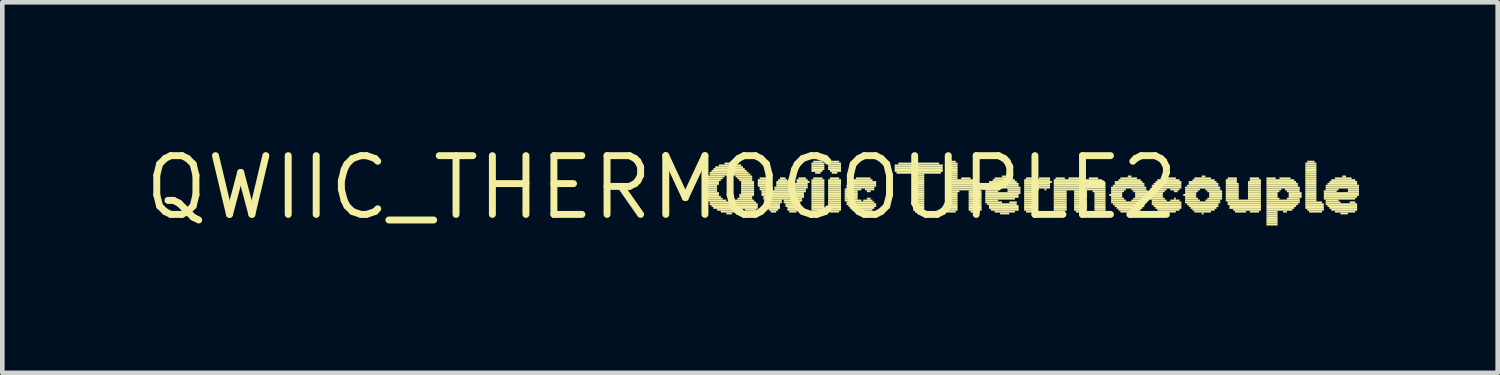
<source format=kicad_pcb>
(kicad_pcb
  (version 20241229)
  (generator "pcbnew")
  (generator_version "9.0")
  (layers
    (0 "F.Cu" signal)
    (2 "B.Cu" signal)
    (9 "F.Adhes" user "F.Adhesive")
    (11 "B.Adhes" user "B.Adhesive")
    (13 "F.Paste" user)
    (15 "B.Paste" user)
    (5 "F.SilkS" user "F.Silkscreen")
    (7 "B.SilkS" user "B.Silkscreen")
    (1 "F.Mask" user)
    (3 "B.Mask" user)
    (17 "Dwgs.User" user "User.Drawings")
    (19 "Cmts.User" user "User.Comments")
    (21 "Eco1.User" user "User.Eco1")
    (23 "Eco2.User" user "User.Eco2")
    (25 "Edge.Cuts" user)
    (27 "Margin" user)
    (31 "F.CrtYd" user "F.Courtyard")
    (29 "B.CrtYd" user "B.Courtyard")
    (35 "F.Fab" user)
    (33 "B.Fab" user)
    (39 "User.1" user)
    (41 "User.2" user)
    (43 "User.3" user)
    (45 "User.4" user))
  (footprint "QWIIC_THERMOCOUPLE2"
    (layer "F.Cu")
    (at 11.256 1.006)
    (property "Reference" "QWIIC_THERMOCOUPLE2" (at 0 0 0) (layer "F.SilkS") (effects (font (size 1.27 1.27) (thickness 0.15))))
    (fp_poly (pts (xy 0.96 -0.14) (xy 1.28 -0.14) (xy 1.28 -0.18) (xy 0.96 -0.18)) (stroke (width 0) (type default)) (fill yes) (layer "F.SilkS"))
    (fp_poly (pts (xy 0.96 -0.1) (xy 1.24 -0.1) (xy 1.24 -0.14) (xy 0.96 -0.14)) (stroke (width 0) (type default)) (fill yes) (layer "F.SilkS"))
    (fp_poly (pts (xy 0.96 -0.06) (xy 1.24 -0.06) (xy 1.24 -0.1) (xy 0.96 -0.1)) (stroke (width 0) (type default)) (fill yes) (layer "F.SilkS"))
    (fp_poly (pts (xy 0.96 -0.02) (xy 1.2 -0.02) (xy 1.2 -0.06) (xy 0.96 -0.06)) (stroke (width 0) (type default)) (fill yes) (layer "F.SilkS"))
    (fp_poly (pts (xy 0.96 0.02) (xy 1.2 0.02) (xy 1.2 -0.02) (xy 0.96 -0.02)) (stroke (width 0) (type default)) (fill yes) (layer "F.SilkS"))
    (fp_poly (pts (xy 0.96 0.06) (xy 1.2 0.06) (xy 1.2 0.02) (xy 0.96 0.02)) (stroke (width 0) (type default)) (fill yes) (layer "F.SilkS"))
    (fp_poly (pts (xy 0.96 0.1) (xy 1.2 0.1) (xy 1.2 0.06) (xy 0.96 0.06)) (stroke (width 0) (type default)) (fill yes) (layer "F.SilkS"))
    (fp_poly (pts (xy 0.96 0.14) (xy 1.24 0.14) (xy 1.24 0.1) (xy 0.96 0.1)) (stroke (width 0) (type default)) (fill yes) (layer "F.SilkS"))
    (fp_poly (pts (xy 0.96 0.18) (xy 1.24 0.18) (xy 1.24 0.14) (xy 0.96 0.14)) (stroke (width 0) (type default)) (fill yes) (layer "F.SilkS"))
    (fp_poly (pts (xy 0.96 0.22) (xy 1.28 0.22) (xy 1.28 0.18) (xy 0.96 0.18)) (stroke (width 0) (type default)) (fill yes) (layer "F.SilkS"))
    (fp_poly (pts (xy 1 -0.22) (xy 1.36 -0.22) (xy 1.36 -0.26) (xy 1 -0.26)) (stroke (width 0) (type default)) (fill yes) (layer "F.SilkS"))
    (fp_poly (pts (xy 1 -0.18) (xy 1.32 -0.18) (xy 1.32 -0.22) (xy 1 -0.22)) (stroke (width 0) (type default)) (fill yes) (layer "F.SilkS"))
    (fp_poly (pts (xy 1 0.26) (xy 1.32 0.26) (xy 1.32 0.22) (xy 1 0.22)) (stroke (width 0) (type default)) (fill yes) (layer "F.SilkS"))
    (fp_poly (pts (xy 1 0.3) (xy 1.4 0.3) (xy 1.4 0.26) (xy 1 0.26)) (stroke (width 0) (type default)) (fill yes) (layer "F.SilkS"))
    (fp_poly (pts (xy 1.04 -0.3) (xy 1.88 -0.3) (xy 1.88 -0.34) (xy 1.04 -0.34)) (stroke (width 0) (type default)) (fill yes) (layer "F.SilkS"))
    (fp_poly (pts (xy 1.04 -0.26) (xy 1.92 -0.26) (xy 1.92 -0.3) (xy 1.04 -0.3)) (stroke (width 0) (type default)) (fill yes) (layer "F.SilkS"))
    (fp_poly (pts (xy 1.04 0.34) (xy 2.04 0.34) (xy 2.04 0.3) (xy 1.04 0.3)) (stroke (width 0) (type default)) (fill yes) (layer "F.SilkS"))
    (fp_poly (pts (xy 1.04 0.38) (xy 2.08 0.38) (xy 2.08 0.34) (xy 1.04 0.34)) (stroke (width 0) (type default)) (fill yes) (layer "F.SilkS"))
    (fp_poly (pts (xy 1.08 -0.34) (xy 1.84 -0.34) (xy 1.84 -0.38) (xy 1.08 -0.38)) (stroke (width 0) (type default)) (fill yes) (layer "F.SilkS"))
    (fp_poly (pts (xy 1.08 0.42) (xy 2.08 0.42) (xy 2.08 0.38) (xy 1.08 0.38)) (stroke (width 0) (type default)) (fill yes) (layer "F.SilkS"))
    (fp_poly (pts (xy 1.12 -0.38) (xy 1.8 -0.38) (xy 1.8 -0.42) (xy 1.12 -0.42)) (stroke (width 0) (type default)) (fill yes) (layer "F.SilkS"))
    (fp_poly (pts (xy 1.12 0.46) (xy 2.08 0.46) (xy 2.08 0.42) (xy 1.12 0.42)) (stroke (width 0) (type default)) (fill yes) (layer "F.SilkS"))
    (fp_poly (pts (xy 1.16 -0.42) (xy 1.76 -0.42) (xy 1.76 -0.46) (xy 1.16 -0.46)) (stroke (width 0) (type default)) (fill yes) (layer "F.SilkS"))
    (fp_poly (pts (xy 1.2 0.5) (xy 1.76 0.5) (xy 1.76 0.46) (xy 1.2 0.46)) (stroke (width 0) (type default)) (fill yes) (layer "F.SilkS"))
    (fp_poly (pts (xy 1.24 -0.46) (xy 1.72 -0.46) (xy 1.72 -0.5) (xy 1.24 -0.5)) (stroke (width 0) (type default)) (fill yes) (layer "F.SilkS"))
    (fp_poly (pts (xy 1.28 0.54) (xy 1.68 0.54) (xy 1.68 0.5) (xy 1.28 0.5)) (stroke (width 0) (type default)) (fill yes) (layer "F.SilkS"))
    (fp_poly (pts (xy 1.36 -0.5) (xy 1.6 -0.5) (xy 1.6 -0.54) (xy 1.36 -0.54)) (stroke (width 0) (type default)) (fill yes) (layer "F.SilkS"))
    (fp_poly (pts (xy 1.4 0.58) (xy 1.52 0.58) (xy 1.52 0.54) (xy 1.4 0.54)) (stroke (width 0) (type default)) (fill yes) (layer "F.SilkS"))
    (fp_poly (pts (xy 1.56 0.3) (xy 2 0.3) (xy 2 0.26) (xy 1.56 0.26)) (stroke (width 0) (type default)) (fill yes) (layer "F.SilkS"))
    (fp_poly (pts (xy 1.6 -0.22) (xy 1.96 -0.22) (xy 1.96 -0.26) (xy 1.6 -0.26)) (stroke (width 0) (type default)) (fill yes) (layer "F.SilkS"))
    (fp_poly (pts (xy 1.64 -0.18) (xy 1.96 -0.18) (xy 1.96 -0.22) (xy 1.64 -0.22)) (stroke (width 0) (type default)) (fill yes) (layer "F.SilkS"))
    (fp_poly (pts (xy 1.64 0.26) (xy 1.96 0.26) (xy 1.96 0.22) (xy 1.64 0.22)) (stroke (width 0) (type default)) (fill yes) (layer "F.SilkS"))
    (fp_poly (pts (xy 1.68 -0.14) (xy 1.96 -0.14) (xy 1.96 -0.18) (xy 1.68 -0.18)) (stroke (width 0) (type default)) (fill yes) (layer "F.SilkS"))
    (fp_poly (pts (xy 1.68 0.18) (xy 2 0.18) (xy 2 0.14) (xy 1.68 0.14)) (stroke (width 0) (type default)) (fill yes) (layer "F.SilkS"))
    (fp_poly (pts (xy 1.68 0.22) (xy 1.96 0.22) (xy 1.96 0.18) (xy 1.68 0.18)) (stroke (width 0) (type default)) (fill yes) (layer "F.SilkS"))
    (fp_poly (pts (xy 1.72 -0.1) (xy 2 -0.1) (xy 2 -0.14) (xy 1.72 -0.14)) (stroke (width 0) (type default)) (fill yes) (layer "F.SilkS"))
    (fp_poly (pts (xy 1.72 -0.06) (xy 2 -0.06) (xy 2 -0.1) (xy 1.72 -0.1)) (stroke (width 0) (type default)) (fill yes) (layer "F.SilkS"))
    (fp_poly (pts (xy 1.72 -0.02) (xy 2 -0.02) (xy 2 -0.06) (xy 1.72 -0.06)) (stroke (width 0) (type default)) (fill yes) (layer "F.SilkS"))
    (fp_poly (pts (xy 1.72 0.02) (xy 2 0.02) (xy 2 -0.02) (xy 1.72 -0.02)) (stroke (width 0) (type default)) (fill yes) (layer "F.SilkS"))
    (fp_poly (pts (xy 1.72 0.06) (xy 2 0.06) (xy 2 0.02) (xy 1.72 0.02)) (stroke (width 0) (type default)) (fill yes) (layer "F.SilkS"))
    (fp_poly (pts (xy 1.72 0.1) (xy 2 0.1) (xy 2 0.06) (xy 1.72 0.06)) (stroke (width 0) (type default)) (fill yes) (layer "F.SilkS"))
    (fp_poly (pts (xy 1.72 0.14) (xy 2 0.14) (xy 2 0.1) (xy 1.72 0.1)) (stroke (width 0) (type default)) (fill yes) (layer "F.SilkS"))
    (fp_poly (pts (xy 1.8 0.5) (xy 2.04 0.5) (xy 2.04 0.46) (xy 1.8 0.46)) (stroke (width 0) (type default)) (fill yes) (layer "F.SilkS"))
    (fp_poly (pts (xy 1.88 0.54) (xy 2.04 0.54) (xy 2.04 0.5) (xy 1.88 0.5)) (stroke (width 0) (type default)) (fill yes) (layer "F.SilkS"))
    (fp_poly (pts (xy 2.08 -0.14) (xy 2.32 -0.14) (xy 2.32 -0.18) (xy 2.08 -0.18)) (stroke (width 0) (type default)) (fill yes) (layer "F.SilkS"))
    (fp_poly (pts (xy 2.08 -0.1) (xy 2.36 -0.1) (xy 2.36 -0.14) (xy 2.08 -0.14)) (stroke (width 0) (type default)) (fill yes) (layer "F.SilkS"))
    (fp_poly (pts (xy 2.08 -0.06) (xy 2.36 -0.06) (xy 2.36 -0.1) (xy 2.08 -0.1)) (stroke (width 0) (type default)) (fill yes) (layer "F.SilkS"))
    (fp_poly (pts (xy 2.08 -0.02) (xy 2.36 -0.02) (xy 2.36 -0.06) (xy 2.08 -0.06)) (stroke (width 0) (type default)) (fill yes) (layer "F.SilkS"))
    (fp_poly (pts (xy 2.12 -0.18) (xy 2.32 -0.18) (xy 2.32 -0.22) (xy 2.12 -0.22)) (stroke (width 0) (type default)) (fill yes) (layer "F.SilkS"))
    (fp_poly (pts (xy 2.12 0.02) (xy 2.4 0.02) (xy 2.4 -0.02) (xy 2.12 -0.02)) (stroke (width 0) (type default)) (fill yes) (layer "F.SilkS"))
    (fp_poly (pts (xy 2.12 0.06) (xy 2.4 0.06) (xy 2.4 0.02) (xy 2.12 0.02)) (stroke (width 0) (type default)) (fill yes) (layer "F.SilkS"))
    (fp_poly (pts (xy 2.16 0.1) (xy 3.12 0.1) (xy 3.12 0.06) (xy 2.16 0.06)) (stroke (width 0) (type default)) (fill yes) (layer "F.SilkS"))
    (fp_poly (pts (xy 2.16 0.14) (xy 3.08 0.14) (xy 3.08 0.1) (xy 2.16 0.1)) (stroke (width 0) (type default)) (fill yes) (layer "F.SilkS"))
    (fp_poly (pts (xy 2.16 0.18) (xy 3.08 0.18) (xy 3.08 0.14) (xy 2.16 0.14)) (stroke (width 0) (type default)) (fill yes) (layer "F.SilkS"))
    (fp_poly (pts (xy 2.2 0.22) (xy 3.08 0.22) (xy 3.08 0.18) (xy 2.2 0.18)) (stroke (width 0) (type default)) (fill yes) (layer "F.SilkS"))
    (fp_poly (pts (xy 2.2 0.26) (xy 3.04 0.26) (xy 3.04 0.22) (xy 2.2 0.22)) (stroke (width 0) (type default)) (fill yes) (layer "F.SilkS"))
    (fp_poly (pts (xy 2.24 0.3) (xy 2.6 0.3) (xy 2.6 0.26) (xy 2.24 0.26)) (stroke (width 0) (type default)) (fill yes) (layer "F.SilkS"))
    (fp_poly (pts (xy 2.24 0.34) (xy 2.6 0.34) (xy 2.6 0.3) (xy 2.24 0.3)) (stroke (width 0) (type default)) (fill yes) (layer "F.SilkS"))
    (fp_poly (pts (xy 2.24 0.38) (xy 2.56 0.38) (xy 2.56 0.34) (xy 2.24 0.34)) (stroke (width 0) (type default)) (fill yes) (layer "F.SilkS"))
    (fp_poly (pts (xy 2.28 0.42) (xy 2.56 0.42) (xy 2.56 0.38) (xy 2.28 0.38)) (stroke (width 0) (type default)) (fill yes) (layer "F.SilkS"))
    (fp_poly (pts (xy 2.28 0.46) (xy 2.56 0.46) (xy 2.56 0.42) (xy 2.28 0.42)) (stroke (width 0) (type default)) (fill yes) (layer "F.SilkS"))
    (fp_poly (pts (xy 2.32 0.5) (xy 2.52 0.5) (xy 2.52 0.46) (xy 2.32 0.46)) (stroke (width 0) (type default)) (fill yes) (layer "F.SilkS"))
    (fp_poly (pts (xy 2.36 0.54) (xy 2.48 0.54) (xy 2.48 0.5) (xy 2.36 0.5)) (stroke (width 0) (type default)) (fill yes) (layer "F.SilkS"))
    (fp_poly (pts (xy 2.44 0.02) (xy 2.8 0.02) (xy 2.8 -0.02) (xy 2.44 -0.02)) (stroke (width 0) (type default)) (fill yes) (layer "F.SilkS"))
    (fp_poly (pts (xy 2.44 0.06) (xy 2.8 0.06) (xy 2.8 0.02) (xy 2.44 0.02)) (stroke (width 0) (type default)) (fill yes) (layer "F.SilkS"))
    (fp_poly (pts (xy 2.48 -0.1) (xy 2.76 -0.1) (xy 2.76 -0.14) (xy 2.48 -0.14)) (stroke (width 0) (type default)) (fill yes) (layer "F.SilkS"))
    (fp_poly (pts (xy 2.48 -0.06) (xy 2.76 -0.06) (xy 2.76 -0.1) (xy 2.48 -0.1)) (stroke (width 0) (type default)) (fill yes) (layer "F.SilkS"))
    (fp_poly (pts (xy 2.48 -0.02) (xy 2.8 -0.02) (xy 2.8 -0.06) (xy 2.48 -0.06)) (stroke (width 0) (type default)) (fill yes) (layer "F.SilkS"))
    (fp_poly (pts (xy 2.52 -0.14) (xy 2.72 -0.14) (xy 2.72 -0.18) (xy 2.52 -0.18)) (stroke (width 0) (type default)) (fill yes) (layer "F.SilkS"))
    (fp_poly (pts (xy 2.56 -0.18) (xy 2.68 -0.18) (xy 2.68 -0.22) (xy 2.56 -0.22)) (stroke (width 0) (type default)) (fill yes) (layer "F.SilkS"))
    (fp_poly (pts (xy 2.64 0.3) (xy 3.04 0.3) (xy 3.04 0.26) (xy 2.64 0.26)) (stroke (width 0) (type default)) (fill yes) (layer "F.SilkS"))
    (fp_poly (pts (xy 2.64 0.34) (xy 3 0.34) (xy 3 0.3) (xy 2.64 0.3)) (stroke (width 0) (type default)) (fill yes) (layer "F.SilkS"))
    (fp_poly (pts (xy 2.68 0.38) (xy 3 0.38) (xy 3 0.34) (xy 2.68 0.34)) (stroke (width 0) (type default)) (fill yes) (layer "F.SilkS"))
    (fp_poly (pts (xy 2.68 0.42) (xy 2.96 0.42) (xy 2.96 0.38) (xy 2.68 0.38)) (stroke (width 0) (type default)) (fill yes) (layer "F.SilkS"))
    (fp_poly (pts (xy 2.72 0.46) (xy 2.96 0.46) (xy 2.96 0.42) (xy 2.72 0.42)) (stroke (width 0) (type default)) (fill yes) (layer "F.SilkS"))
    (fp_poly (pts (xy 2.72 0.5) (xy 2.96 0.5) (xy 2.96 0.46) (xy 2.72 0.46)) (stroke (width 0) (type default)) (fill yes) (layer "F.SilkS"))
    (fp_poly (pts (xy 2.76 0.54) (xy 2.92 0.54) (xy 2.92 0.5) (xy 2.76 0.5)) (stroke (width 0) (type default)) (fill yes) (layer "F.SilkS"))
    (fp_poly (pts (xy 2.84 0.06) (xy 3.12 0.06) (xy 3.12 0.02) (xy 2.84 0.02)) (stroke (width 0) (type default)) (fill yes) (layer "F.SilkS"))
    (fp_poly (pts (xy 2.88 -0.06) (xy 3.16 -0.06) (xy 3.16 -0.1) (xy 2.88 -0.1)) (stroke (width 0) (type default)) (fill yes) (layer "F.SilkS"))
    (fp_poly (pts (xy 2.88 -0.02) (xy 3.16 -0.02) (xy 3.16 -0.06) (xy 2.88 -0.06)) (stroke (width 0) (type default)) (fill yes) (layer "F.SilkS"))
    (fp_poly (pts (xy 2.88 0.02) (xy 3.16 0.02) (xy 3.16 -0.02) (xy 2.88 -0.02)) (stroke (width 0) (type default)) (fill yes) (layer "F.SilkS"))
    (fp_poly (pts (xy 2.92 -0.14) (xy 3.16 -0.14) (xy 3.16 -0.18) (xy 2.92 -0.18)) (stroke (width 0) (type default)) (fill yes) (layer "F.SilkS"))
    (fp_poly (pts (xy 2.92 -0.1) (xy 3.2 -0.1) (xy 3.2 -0.14) (xy 2.92 -0.14)) (stroke (width 0) (type default)) (fill yes) (layer "F.SilkS"))
    (fp_poly (pts (xy 2.96 -0.18) (xy 3.12 -0.18) (xy 3.12 -0.22) (xy 2.96 -0.22)) (stroke (width 0) (type default)) (fill yes) (layer "F.SilkS"))
    (fp_poly (pts (xy 3.24 -0.5) (xy 3.52 -0.5) (xy 3.52 -0.54) (xy 3.24 -0.54)) (stroke (width 0) (type default)) (fill yes) (layer "F.SilkS"))
    (fp_poly (pts (xy 3.24 -0.46) (xy 3.52 -0.46) (xy 3.52 -0.5) (xy 3.24 -0.5)) (stroke (width 0) (type default)) (fill yes) (layer "F.SilkS"))
    (fp_poly (pts (xy 3.24 -0.42) (xy 3.52 -0.42) (xy 3.52 -0.46) (xy 3.24 -0.46)) (stroke (width 0) (type default)) (fill yes) (layer "F.SilkS"))
    (fp_poly (pts (xy 3.24 -0.38) (xy 3.52 -0.38) (xy 3.52 -0.42) (xy 3.24 -0.42)) (stroke (width 0) (type default)) (fill yes) (layer "F.SilkS"))
    (fp_poly (pts (xy 3.24 -0.34) (xy 3.48 -0.34) (xy 3.48 -0.38) (xy 3.24 -0.38)) (stroke (width 0) (type default)) (fill yes) (layer "F.SilkS"))
    (fp_poly (pts (xy 3.24 -0.14) (xy 3.52 -0.14) (xy 3.52 -0.18) (xy 3.24 -0.18)) (stroke (width 0) (type default)) (fill yes) (layer "F.SilkS"))
    (fp_poly (pts (xy 3.24 -0.1) (xy 3.52 -0.1) (xy 3.52 -0.14) (xy 3.24 -0.14)) (stroke (width 0) (type default)) (fill yes) (layer "F.SilkS"))
    (fp_poly (pts (xy 3.24 -0.06) (xy 3.52 -0.06) (xy 3.52 -0.1) (xy 3.24 -0.1)) (stroke (width 0) (type default)) (fill yes) (layer "F.SilkS"))
    (fp_poly (pts (xy 3.24 -0.02) (xy 3.52 -0.02) (xy 3.52 -0.06) (xy 3.24 -0.06)) (stroke (width 0) (type default)) (fill yes) (layer "F.SilkS"))
    (fp_poly (pts (xy 3.24 0.02) (xy 3.52 0.02) (xy 3.52 -0.02) (xy 3.24 -0.02)) (stroke (width 0) (type default)) (fill yes) (layer "F.SilkS"))
    (fp_poly (pts (xy 3.24 0.06) (xy 3.52 0.06) (xy 3.52 0.02) (xy 3.24 0.02)) (stroke (width 0) (type default)) (fill yes) (layer "F.SilkS"))
    (fp_poly (pts (xy 3.24 0.1) (xy 3.52 0.1) (xy 3.52 0.06) (xy 3.24 0.06)) (stroke (width 0) (type default)) (fill yes) (layer "F.SilkS"))
    (fp_poly (pts (xy 3.24 0.14) (xy 3.52 0.14) (xy 3.52 0.1) (xy 3.24 0.1)) (stroke (width 0) (type default)) (fill yes) (layer "F.SilkS"))
    (fp_poly (pts (xy 3.24 0.18) (xy 3.52 0.18) (xy 3.52 0.14) (xy 3.24 0.14)) (stroke (width 0) (type default)) (fill yes) (layer "F.SilkS"))
    (fp_poly (pts (xy 3.24 0.22) (xy 3.52 0.22) (xy 3.52 0.18) (xy 3.24 0.18)) (stroke (width 0) (type default)) (fill yes) (layer "F.SilkS"))
    (fp_poly (pts (xy 3.24 0.26) (xy 3.52 0.26) (xy 3.52 0.22) (xy 3.24 0.22)) (stroke (width 0) (type default)) (fill yes) (layer "F.SilkS"))
    (fp_poly (pts (xy 3.24 0.3) (xy 3.52 0.3) (xy 3.52 0.26) (xy 3.24 0.26)) (stroke (width 0) (type default)) (fill yes) (layer "F.SilkS"))
    (fp_poly (pts (xy 3.24 0.34) (xy 3.52 0.34) (xy 3.52 0.3) (xy 3.24 0.3)) (stroke (width 0) (type default)) (fill yes) (layer "F.SilkS"))
    (fp_poly (pts (xy 3.24 0.38) (xy 3.52 0.38) (xy 3.52 0.34) (xy 3.24 0.34)) (stroke (width 0) (type default)) (fill yes) (layer "F.SilkS"))
    (fp_poly (pts (xy 3.24 0.42) (xy 3.52 0.42) (xy 3.52 0.38) (xy 3.24 0.38)) (stroke (width 0) (type default)) (fill yes) (layer "F.SilkS"))
    (fp_poly (pts (xy 3.24 0.46) (xy 3.52 0.46) (xy 3.52 0.42) (xy 3.24 0.42)) (stroke (width 0) (type default)) (fill yes) (layer "F.SilkS"))
    (fp_poly (pts (xy 3.24 0.5) (xy 3.52 0.5) (xy 3.52 0.46) (xy 3.24 0.46)) (stroke (width 0) (type default)) (fill yes) (layer "F.SilkS"))
    (fp_poly (pts (xy 3.28 -0.54) (xy 3.48 -0.54) (xy 3.48 -0.58) (xy 3.28 -0.58)) (stroke (width 0) (type default)) (fill yes) (layer "F.SilkS"))
    (fp_poly (pts (xy 3.28 -0.18) (xy 3.48 -0.18) (xy 3.48 -0.22) (xy 3.28 -0.22)) (stroke (width 0) (type default)) (fill yes) (layer "F.SilkS"))
    (fp_poly (pts (xy 3.28 0.54) (xy 3.48 0.54) (xy 3.48 0.5) (xy 3.28 0.5)) (stroke (width 0) (type default)) (fill yes) (layer "F.SilkS"))
    (fp_poly (pts (xy 3.32 -0.3) (xy 3.44 -0.3) (xy 3.44 -0.34) (xy 3.32 -0.34)) (stroke (width 0) (type default)) (fill yes) (layer "F.SilkS"))
    (fp_poly (pts (xy 3.6 -0.5) (xy 3.88 -0.5) (xy 3.88 -0.54) (xy 3.6 -0.54)) (stroke (width 0) (type default)) (fill yes) (layer "F.SilkS"))
    (fp_poly (pts (xy 3.6 -0.46) (xy 3.88 -0.46) (xy 3.88 -0.5) (xy 3.6 -0.5)) (stroke (width 0) (type default)) (fill yes) (layer "F.SilkS"))
    (fp_poly (pts (xy 3.6 -0.42) (xy 3.88 -0.42) (xy 3.88 -0.46) (xy 3.6 -0.46)) (stroke (width 0) (type default)) (fill yes) (layer "F.SilkS"))
    (fp_poly (pts (xy 3.6 -0.38) (xy 3.88 -0.38) (xy 3.88 -0.42) (xy 3.6 -0.42)) (stroke (width 0) (type default)) (fill yes) (layer "F.SilkS"))
    (fp_poly (pts (xy 3.6 -0.14) (xy 3.88 -0.14) (xy 3.88 -0.18) (xy 3.6 -0.18)) (stroke (width 0) (type default)) (fill yes) (layer "F.SilkS"))
    (fp_poly (pts (xy 3.6 -0.1) (xy 3.88 -0.1) (xy 3.88 -0.14) (xy 3.6 -0.14)) (stroke (width 0) (type default)) (fill yes) (layer "F.SilkS"))
    (fp_poly (pts (xy 3.6 -0.06) (xy 3.88 -0.06) (xy 3.88 -0.1) (xy 3.6 -0.1)) (stroke (width 0) (type default)) (fill yes) (layer "F.SilkS"))
    (fp_poly (pts (xy 3.6 -0.02) (xy 3.88 -0.02) (xy 3.88 -0.06) (xy 3.6 -0.06)) (stroke (width 0) (type default)) (fill yes) (layer "F.SilkS"))
    (fp_poly (pts (xy 3.6 0.02) (xy 3.88 0.02) (xy 3.88 -0.02) (xy 3.6 -0.02)) (stroke (width 0) (type default)) (fill yes) (layer "F.SilkS"))
    (fp_poly (pts (xy 3.6 0.06) (xy 3.88 0.06) (xy 3.88 0.02) (xy 3.6 0.02)) (stroke (width 0) (type default)) (fill yes) (layer "F.SilkS"))
    (fp_poly (pts (xy 3.6 0.1) (xy 3.88 0.1) (xy 3.88 0.06) (xy 3.6 0.06)) (stroke (width 0) (type default)) (fill yes) (layer "F.SilkS"))
    (fp_poly (pts (xy 3.6 0.14) (xy 3.88 0.14) (xy 3.88 0.1) (xy 3.6 0.1)) (stroke (width 0) (type default)) (fill yes) (layer "F.SilkS"))
    (fp_poly (pts (xy 3.6 0.18) (xy 3.88 0.18) (xy 3.88 0.14) (xy 3.6 0.14)) (stroke (width 0) (type default)) (fill yes) (layer "F.SilkS"))
    (fp_poly (pts (xy 3.6 0.22) (xy 3.88 0.22) (xy 3.88 0.18) (xy 3.6 0.18)) (stroke (width 0) (type default)) (fill yes) (layer "F.SilkS"))
    (fp_poly (pts (xy 3.6 0.26) (xy 3.88 0.26) (xy 3.88 0.22) (xy 3.6 0.22)) (stroke (width 0) (type default)) (fill yes) (layer "F.SilkS"))
    (fp_poly (pts (xy 3.6 0.3) (xy 3.88 0.3) (xy 3.88 0.26) (xy 3.6 0.26)) (stroke (width 0) (type default)) (fill yes) (layer "F.SilkS"))
    (fp_poly (pts (xy 3.6 0.34) (xy 3.88 0.34) (xy 3.88 0.3) (xy 3.6 0.3)) (stroke (width 0) (type default)) (fill yes) (layer "F.SilkS"))
    (fp_poly (pts (xy 3.6 0.38) (xy 3.88 0.38) (xy 3.88 0.34) (xy 3.6 0.34)) (stroke (width 0) (type default)) (fill yes) (layer "F.SilkS"))
    (fp_poly (pts (xy 3.6 0.42) (xy 3.88 0.42) (xy 3.88 0.38) (xy 3.6 0.38)) (stroke (width 0) (type default)) (fill yes) (layer "F.SilkS"))
    (fp_poly (pts (xy 3.6 0.46) (xy 3.88 0.46) (xy 3.88 0.42) (xy 3.6 0.42)) (stroke (width 0) (type default)) (fill yes) (layer "F.SilkS"))
    (fp_poly (pts (xy 3.6 0.5) (xy 3.88 0.5) (xy 3.88 0.46) (xy 3.6 0.46)) (stroke (width 0) (type default)) (fill yes) (layer "F.SilkS"))
    (fp_poly (pts (xy 3.64 -0.54) (xy 3.84 -0.54) (xy 3.84 -0.58) (xy 3.64 -0.58)) (stroke (width 0) (type default)) (fill yes) (layer "F.SilkS"))
    (fp_poly (pts (xy 3.64 -0.34) (xy 3.88 -0.34) (xy 3.88 -0.38) (xy 3.64 -0.38)) (stroke (width 0) (type default)) (fill yes) (layer "F.SilkS"))
    (fp_poly (pts (xy 3.64 -0.18) (xy 3.84 -0.18) (xy 3.84 -0.22) (xy 3.64 -0.22)) (stroke (width 0) (type default)) (fill yes) (layer "F.SilkS"))
    (fp_poly (pts (xy 3.64 0.54) (xy 3.84 0.54) (xy 3.84 0.5) (xy 3.64 0.5)) (stroke (width 0) (type default)) (fill yes) (layer "F.SilkS"))
    (fp_poly (pts (xy 3.68 -0.3) (xy 3.8 -0.3) (xy 3.8 -0.34) (xy 3.68 -0.34)) (stroke (width 0) (type default)) (fill yes) (layer "F.SilkS"))
    (fp_poly (pts (xy 3.96 0.06) (xy 4.32 0.06) (xy 4.32 0.02) (xy 3.96 0.02)) (stroke (width 0) (type default)) (fill yes) (layer "F.SilkS"))
    (fp_poly (pts (xy 3.96 0.1) (xy 4.24 0.1) (xy 4.24 0.06) (xy 3.96 0.06)) (stroke (width 0) (type default)) (fill yes) (layer "F.SilkS"))
    (fp_poly (pts (xy 3.96 0.14) (xy 4.24 0.14) (xy 4.24 0.1) (xy 3.96 0.1)) (stroke (width 0) (type default)) (fill yes) (layer "F.SilkS"))
    (fp_poly (pts (xy 3.96 0.18) (xy 4.24 0.18) (xy 4.24 0.14) (xy 3.96 0.14)) (stroke (width 0) (type default)) (fill yes) (layer "F.SilkS"))
    (fp_poly (pts (xy 3.96 0.22) (xy 4.24 0.22) (xy 4.24 0.18) (xy 3.96 0.18)) (stroke (width 0) (type default)) (fill yes) (layer "F.SilkS"))
    (fp_poly (pts (xy 3.96 0.26) (xy 4.24 0.26) (xy 4.24 0.22) (xy 3.96 0.22)) (stroke (width 0) (type default)) (fill yes) (layer "F.SilkS"))
    (fp_poly (pts (xy 3.96 0.3) (xy 4.32 0.3) (xy 4.32 0.26) (xy 3.96 0.26)) (stroke (width 0) (type default)) (fill yes) (layer "F.SilkS"))
    (fp_poly (pts (xy 4 -0.02) (xy 4.64 -0.02) (xy 4.64 -0.06) (xy 4 -0.06)) (stroke (width 0) (type default)) (fill yes) (layer "F.SilkS"))
    (fp_poly (pts (xy 4 0.02) (xy 4.6 0.02) (xy 4.6 -0.02) (xy 4 -0.02)) (stroke (width 0) (type default)) (fill yes) (layer "F.SilkS"))
    (fp_poly (pts (xy 4 0.34) (xy 4.6 0.34) (xy 4.6 0.3) (xy 4 0.3)) (stroke (width 0) (type default)) (fill yes) (layer "F.SilkS"))
    (fp_poly (pts (xy 4 0.38) (xy 4.64 0.38) (xy 4.64 0.34) (xy 4 0.34)) (stroke (width 0) (type default)) (fill yes) (layer "F.SilkS"))
    (fp_poly (pts (xy 4.04 -0.06) (xy 4.64 -0.06) (xy 4.64 -0.1) (xy 4.04 -0.1)) (stroke (width 0) (type default)) (fill yes) (layer "F.SilkS"))
    (fp_poly (pts (xy 4.04 0.42) (xy 4.64 0.42) (xy 4.64 0.38) (xy 4.04 0.38)) (stroke (width 0) (type default)) (fill yes) (layer "F.SilkS"))
    (fp_poly (pts (xy 4.08 -0.1) (xy 4.64 -0.1) (xy 4.64 -0.14) (xy 4.08 -0.14)) (stroke (width 0) (type default)) (fill yes) (layer "F.SilkS"))
    (fp_poly (pts (xy 4.08 0.46) (xy 4.6 0.46) (xy 4.6 0.42) (xy 4.08 0.42)) (stroke (width 0) (type default)) (fill yes) (layer "F.SilkS"))
    (fp_poly (pts (xy 4.12 -0.14) (xy 4.56 -0.14) (xy 4.56 -0.18) (xy 4.12 -0.18)) (stroke (width 0) (type default)) (fill yes) (layer "F.SilkS"))
    (fp_poly (pts (xy 4.12 0.5) (xy 4.56 0.5) (xy 4.56 0.46) (xy 4.12 0.46)) (stroke (width 0) (type default)) (fill yes) (layer "F.SilkS"))
    (fp_poly (pts (xy 4.2 -0.18) (xy 4.52 -0.18) (xy 4.52 -0.22) (xy 4.2 -0.22)) (stroke (width 0) (type default)) (fill yes) (layer "F.SilkS"))
    (fp_poly (pts (xy 4.2 0.54) (xy 4.52 0.54) (xy 4.52 0.5) (xy 4.2 0.5)) (stroke (width 0) (type default)) (fill yes) (layer "F.SilkS"))
    (fp_poly (pts (xy 4.36 0.3) (xy 4.56 0.3) (xy 4.56 0.26) (xy 4.36 0.26)) (stroke (width 0) (type default)) (fill yes) (layer "F.SilkS"))
    (fp_poly (pts (xy 4.4 0.06) (xy 4.6 0.06) (xy 4.6 0.02) (xy 4.4 0.02)) (stroke (width 0) (type default)) (fill yes) (layer "F.SilkS"))
    (fp_poly (pts (xy 4.44 0.1) (xy 4.52 0.1) (xy 4.52 0.06) (xy 4.44 0.06)) (stroke (width 0) (type default)) (fill yes) (layer "F.SilkS"))
    (fp_poly (pts (xy 4.44 0.26) (xy 4.52 0.26) (xy 4.52 0.22) (xy 4.44 0.22)) (stroke (width 0) (type default)) (fill yes) (layer "F.SilkS"))
    (fp_poly (pts (xy 5.04 -0.46) (xy 6.08 -0.46) (xy 6.08 -0.5) (xy 5.04 -0.5)) (stroke (width 0) (type default)) (fill yes) (layer "F.SilkS"))
    (fp_poly (pts (xy 5.04 -0.42) (xy 6.08 -0.42) (xy 6.08 -0.46) (xy 5.04 -0.46)) (stroke (width 0) (type default)) (fill yes) (layer "F.SilkS"))
    (fp_poly (pts (xy 5.04 -0.38) (xy 6.08 -0.38) (xy 6.08 -0.42) (xy 5.04 -0.42)) (stroke (width 0) (type default)) (fill yes) (layer "F.SilkS"))
    (fp_poly (pts (xy 5.04 -0.34) (xy 6.08 -0.34) (xy 6.08 -0.38) (xy 5.04 -0.38)) (stroke (width 0) (type default)) (fill yes) (layer "F.SilkS"))
    (fp_poly (pts (xy 5.08 -0.3) (xy 6.04 -0.3) (xy 6.04 -0.34) (xy 5.08 -0.34)) (stroke (width 0) (type default)) (fill yes) (layer "F.SilkS"))
    (fp_poly (pts (xy 5.12 -0.5) (xy 6 -0.5) (xy 6 -0.54) (xy 5.12 -0.54)) (stroke (width 0) (type default)) (fill yes) (layer "F.SilkS"))
    (fp_poly (pts (xy 5.44 -0.26) (xy 5.68 -0.26) (xy 5.68 -0.3) (xy 5.44 -0.3)) (stroke (width 0) (type default)) (fill yes) (layer "F.SilkS"))
    (fp_poly (pts (xy 5.44 -0.22) (xy 5.68 -0.22) (xy 5.68 -0.26) (xy 5.44 -0.26)) (stroke (width 0) (type default)) (fill yes) (layer "F.SilkS"))
    (fp_poly (pts (xy 5.44 -0.18) (xy 5.68 -0.18) (xy 5.68 -0.22) (xy 5.44 -0.22)) (stroke (width 0) (type default)) (fill yes) (layer "F.SilkS"))
    (fp_poly (pts (xy 5.44 -0.14) (xy 5.68 -0.14) (xy 5.68 -0.18) (xy 5.44 -0.18)) (stroke (width 0) (type default)) (fill yes) (layer "F.SilkS"))
    (fp_poly (pts (xy 5.44 -0.1) (xy 5.68 -0.1) (xy 5.68 -0.14) (xy 5.44 -0.14)) (stroke (width 0) (type default)) (fill yes) (layer "F.SilkS"))
    (fp_poly (pts (xy 5.44 -0.06) (xy 5.68 -0.06) (xy 5.68 -0.1) (xy 5.44 -0.1)) (stroke (width 0) (type default)) (fill yes) (layer "F.SilkS"))
    (fp_poly (pts (xy 5.44 -0.02) (xy 5.68 -0.02) (xy 5.68 -0.06) (xy 5.44 -0.06)) (stroke (width 0) (type default)) (fill yes) (layer "F.SilkS"))
    (fp_poly (pts (xy 5.44 0.02) (xy 5.68 0.02) (xy 5.68 -0.02) (xy 5.44 -0.02)) (stroke (width 0) (type default)) (fill yes) (layer "F.SilkS"))
    (fp_poly (pts (xy 5.44 0.06) (xy 5.68 0.06) (xy 5.68 0.02) (xy 5.44 0.02)) (stroke (width 0) (type default)) (fill yes) (layer "F.SilkS"))
    (fp_poly (pts (xy 5.44 0.1) (xy 5.68 0.1) (xy 5.68 0.06) (xy 5.44 0.06)) (stroke (width 0) (type default)) (fill yes) (layer "F.SilkS"))
    (fp_poly (pts (xy 5.44 0.14) (xy 5.68 0.14) (xy 5.68 0.1) (xy 5.44 0.1)) (stroke (width 0) (type default)) (fill yes) (layer "F.SilkS"))
    (fp_poly (pts (xy 5.44 0.18) (xy 5.68 0.18) (xy 5.68 0.14) (xy 5.44 0.14)) (stroke (width 0) (type default)) (fill yes) (layer "F.SilkS"))
    (fp_poly (pts (xy 5.44 0.22) (xy 5.68 0.22) (xy 5.68 0.18) (xy 5.44 0.18)) (stroke (width 0) (type default)) (fill yes) (layer "F.SilkS"))
    (fp_poly (pts (xy 5.44 0.26) (xy 5.68 0.26) (xy 5.68 0.22) (xy 5.44 0.22)) (stroke (width 0) (type default)) (fill yes) (layer "F.SilkS"))
    (fp_poly (pts (xy 5.44 0.3) (xy 5.68 0.3) (xy 5.68 0.26) (xy 5.44 0.26)) (stroke (width 0) (type default)) (fill yes) (layer "F.SilkS"))
    (fp_poly (pts (xy 5.44 0.34) (xy 5.68 0.34) (xy 5.68 0.3) (xy 5.44 0.3)) (stroke (width 0) (type default)) (fill yes) (layer "F.SilkS"))
    (fp_poly (pts (xy 5.44 0.38) (xy 5.68 0.38) (xy 5.68 0.34) (xy 5.44 0.34)) (stroke (width 0) (type default)) (fill yes) (layer "F.SilkS"))
    (fp_poly (pts (xy 5.44 0.42) (xy 5.68 0.42) (xy 5.68 0.38) (xy 5.44 0.38)) (stroke (width 0) (type default)) (fill yes) (layer "F.SilkS"))
    (fp_poly (pts (xy 5.44 0.46) (xy 5.68 0.46) (xy 5.68 0.42) (xy 5.44 0.42)) (stroke (width 0) (type default)) (fill yes) (layer "F.SilkS"))
    (fp_poly (pts (xy 5.44 0.5) (xy 5.68 0.5) (xy 5.68 0.46) (xy 5.44 0.46)) (stroke (width 0) (type default)) (fill yes) (layer "F.SilkS"))
    (fp_poly (pts (xy 5.48 0.54) (xy 5.64 0.54) (xy 5.64 0.5) (xy 5.48 0.5)) (stroke (width 0) (type default)) (fill yes) (layer "F.SilkS"))
    (fp_poly (pts (xy 6.16 -0.5) (xy 6.4 -0.5) (xy 6.4 -0.54) (xy 6.16 -0.54)) (stroke (width 0) (type default)) (fill yes) (layer "F.SilkS"))
    (fp_poly (pts (xy 6.16 -0.46) (xy 6.4 -0.46) (xy 6.4 -0.5) (xy 6.16 -0.5)) (stroke (width 0) (type default)) (fill yes) (layer "F.SilkS"))
    (fp_poly (pts (xy 6.16 -0.42) (xy 6.4 -0.42) (xy 6.4 -0.46) (xy 6.16 -0.46)) (stroke (width 0) (type default)) (fill yes) (layer "F.SilkS"))
    (fp_poly (pts (xy 6.16 -0.38) (xy 6.4 -0.38) (xy 6.4 -0.42) (xy 6.16 -0.42)) (stroke (width 0) (type default)) (fill yes) (layer "F.SilkS"))
    (fp_poly (pts (xy 6.16 -0.34) (xy 6.4 -0.34) (xy 6.4 -0.38) (xy 6.16 -0.38)) (stroke (width 0) (type default)) (fill yes) (layer "F.SilkS"))
    (fp_poly (pts (xy 6.16 -0.3) (xy 6.4 -0.3) (xy 6.4 -0.34) (xy 6.16 -0.34)) (stroke (width 0) (type default)) (fill yes) (layer "F.SilkS"))
    (fp_poly (pts (xy 6.16 -0.26) (xy 6.4 -0.26) (xy 6.4 -0.3) (xy 6.16 -0.3)) (stroke (width 0) (type default)) (fill yes) (layer "F.SilkS"))
    (fp_poly (pts (xy 6.16 -0.22) (xy 6.4 -0.22) (xy 6.4 -0.26) (xy 6.16 -0.26)) (stroke (width 0) (type default)) (fill yes) (layer "F.SilkS"))
    (fp_poly (pts (xy 6.16 -0.18) (xy 6.4 -0.18) (xy 6.4 -0.22) (xy 6.16 -0.22)) (stroke (width 0) (type default)) (fill yes) (layer "F.SilkS"))
    (fp_poly (pts (xy 6.16 -0.14) (xy 6.76 -0.14) (xy 6.76 -0.18) (xy 6.16 -0.18)) (stroke (width 0) (type default)) (fill yes) (layer "F.SilkS"))
    (fp_poly (pts (xy 6.16 -0.1) (xy 6.8 -0.1) (xy 6.8 -0.14) (xy 6.16 -0.14)) (stroke (width 0) (type default)) (fill yes) (layer "F.SilkS"))
    (fp_poly (pts (xy 6.16 -0.06) (xy 6.84 -0.06) (xy 6.84 -0.1) (xy 6.16 -0.1)) (stroke (width 0) (type default)) (fill yes) (layer "F.SilkS"))
    (fp_poly (pts (xy 6.16 -0.02) (xy 6.88 -0.02) (xy 6.88 -0.06) (xy 6.16 -0.06)) (stroke (width 0) (type default)) (fill yes) (layer "F.SilkS"))
    (fp_poly (pts (xy 6.16 0.02) (xy 6.88 0.02) (xy 6.88 -0.02) (xy 6.16 -0.02)) (stroke (width 0) (type default)) (fill yes) (layer "F.SilkS"))
    (fp_poly (pts (xy 6.16 0.06) (xy 6.88 0.06) (xy 6.88 0.02) (xy 6.16 0.02)) (stroke (width 0) (type default)) (fill yes) (layer "F.SilkS"))
    (fp_poly (pts (xy 6.16 0.1) (xy 6.44 0.1) (xy 6.44 0.06) (xy 6.16 0.06)) (stroke (width 0) (type default)) (fill yes) (layer "F.SilkS"))
    (fp_poly (pts (xy 6.16 0.14) (xy 6.4 0.14) (xy 6.4 0.1) (xy 6.16 0.1)) (stroke (width 0) (type default)) (fill yes) (layer "F.SilkS"))
    (fp_poly (pts (xy 6.16 0.18) (xy 6.4 0.18) (xy 6.4 0.14) (xy 6.16 0.14)) (stroke (width 0) (type default)) (fill yes) (layer "F.SilkS"))
    (fp_poly (pts (xy 6.16 0.22) (xy 6.4 0.22) (xy 6.4 0.18) (xy 6.16 0.18)) (stroke (width 0) (type default)) (fill yes) (layer "F.SilkS"))
    (fp_poly (pts (xy 6.16 0.26) (xy 6.4 0.26) (xy 6.4 0.22) (xy 6.16 0.22)) (stroke (width 0) (type default)) (fill yes) (layer "F.SilkS"))
    (fp_poly (pts (xy 6.16 0.3) (xy 6.4 0.3) (xy 6.4 0.26) (xy 6.16 0.26)) (stroke (width 0) (type default)) (fill yes) (layer "F.SilkS"))
    (fp_poly (pts (xy 6.16 0.34) (xy 6.4 0.34) (xy 6.4 0.3) (xy 6.16 0.3)) (stroke (width 0) (type default)) (fill yes) (layer "F.SilkS"))
    (fp_poly (pts (xy 6.16 0.38) (xy 6.4 0.38) (xy 6.4 0.34) (xy 6.16 0.34)) (stroke (width 0) (type default)) (fill yes) (layer "F.SilkS"))
    (fp_poly (pts (xy 6.16 0.42) (xy 6.4 0.42) (xy 6.4 0.38) (xy 6.16 0.38)) (stroke (width 0) (type default)) (fill yes) (layer "F.SilkS"))
    (fp_poly (pts (xy 6.16 0.46) (xy 6.4 0.46) (xy 6.4 0.42) (xy 6.16 0.42)) (stroke (width 0) (type default)) (fill yes) (layer "F.SilkS"))
    (fp_poly (pts (xy 6.16 0.5) (xy 6.4 0.5) (xy 6.4 0.46) (xy 6.16 0.46)) (stroke (width 0) (type default)) (fill yes) (layer "F.SilkS"))
    (fp_poly (pts (xy 6.16 0.54) (xy 6.36 0.54) (xy 6.36 0.5) (xy 6.16 0.5)) (stroke (width 0) (type default)) (fill yes) (layer "F.SilkS"))
    (fp_poly (pts (xy 6.2 -0.54) (xy 6.36 -0.54) (xy 6.36 -0.58) (xy 6.2 -0.58)) (stroke (width 0) (type default)) (fill yes) (layer "F.SilkS"))
    (fp_poly (pts (xy 6.48 -0.18) (xy 6.68 -0.18) (xy 6.68 -0.22) (xy 6.48 -0.22)) (stroke (width 0) (type default)) (fill yes) (layer "F.SilkS"))
    (fp_poly (pts (xy 6.64 0.1) (xy 6.92 0.1) (xy 6.92 0.06) (xy 6.64 0.06)) (stroke (width 0) (type default)) (fill yes) (layer "F.SilkS"))
    (fp_poly (pts (xy 6.64 0.14) (xy 6.92 0.14) (xy 6.92 0.1) (xy 6.64 0.1)) (stroke (width 0) (type default)) (fill yes) (layer "F.SilkS"))
    (fp_poly (pts (xy 6.64 0.18) (xy 6.92 0.18) (xy 6.92 0.14) (xy 6.64 0.14)) (stroke (width 0) (type default)) (fill yes) (layer "F.SilkS"))
    (fp_poly (pts (xy 6.64 0.22) (xy 6.92 0.22) (xy 6.92 0.18) (xy 6.64 0.18)) (stroke (width 0) (type default)) (fill yes) (layer "F.SilkS"))
    (fp_poly (pts (xy 6.64 0.26) (xy 6.92 0.26) (xy 6.92 0.22) (xy 6.64 0.22)) (stroke (width 0) (type default)) (fill yes) (layer "F.SilkS"))
    (fp_poly (pts (xy 6.64 0.3) (xy 6.92 0.3) (xy 6.92 0.26) (xy 6.64 0.26)) (stroke (width 0) (type default)) (fill yes) (layer "F.SilkS"))
    (fp_poly (pts (xy 6.64 0.34) (xy 6.92 0.34) (xy 6.92 0.3) (xy 6.64 0.3)) (stroke (width 0) (type default)) (fill yes) (layer "F.SilkS"))
    (fp_poly (pts (xy 6.64 0.38) (xy 6.92 0.38) (xy 6.92 0.34) (xy 6.64 0.34)) (stroke (width 0) (type default)) (fill yes) (layer "F.SilkS"))
    (fp_poly (pts (xy 6.64 0.42) (xy 6.92 0.42) (xy 6.92 0.38) (xy 6.64 0.38)) (stroke (width 0) (type default)) (fill yes) (layer "F.SilkS"))
    (fp_poly (pts (xy 6.64 0.46) (xy 6.92 0.46) (xy 6.92 0.42) (xy 6.64 0.42)) (stroke (width 0) (type default)) (fill yes) (layer "F.SilkS"))
    (fp_poly (pts (xy 6.64 0.5) (xy 6.92 0.5) (xy 6.92 0.46) (xy 6.64 0.46)) (stroke (width 0) (type default)) (fill yes) (layer "F.SilkS"))
    (fp_poly (pts (xy 6.68 0.54) (xy 6.88 0.54) (xy 6.88 0.5) (xy 6.68 0.5)) (stroke (width 0) (type default)) (fill yes) (layer "F.SilkS"))
    (fp_poly (pts (xy 7 0.02) (xy 7.76 0.02) (xy 7.76 -0.02) (xy 7 -0.02)) (stroke (width 0) (type default)) (fill yes) (layer "F.SilkS"))
    (fp_poly (pts (xy 7 0.06) (xy 7.32 0.06) (xy 7.32 0.02) (xy 7 0.02)) (stroke (width 0) (type default)) (fill yes) (layer "F.SilkS"))
    (fp_poly (pts (xy 7 0.1) (xy 7.28 0.1) (xy 7.28 0.06) (xy 7 0.06)) (stroke (width 0) (type default)) (fill yes) (layer "F.SilkS"))
    (fp_poly (pts (xy 7 0.14) (xy 7.76 0.14) (xy 7.76 0.1) (xy 7 0.1)) (stroke (width 0) (type default)) (fill yes) (layer "F.SilkS"))
    (fp_poly (pts (xy 7 0.18) (xy 7.72 0.18) (xy 7.72 0.14) (xy 7 0.14)) (stroke (width 0) (type default)) (fill yes) (layer "F.SilkS"))
    (fp_poly (pts (xy 7 0.22) (xy 7.72 0.22) (xy 7.72 0.18) (xy 7 0.18)) (stroke (width 0) (type default)) (fill yes) (layer "F.SilkS"))
    (fp_poly (pts (xy 7 0.26) (xy 7.64 0.26) (xy 7.64 0.22) (xy 7 0.22)) (stroke (width 0) (type default)) (fill yes) (layer "F.SilkS"))
    (fp_poly (pts (xy 7 0.3) (xy 7.28 0.3) (xy 7.28 0.26) (xy 7 0.26)) (stroke (width 0) (type default)) (fill yes) (layer "F.SilkS"))
    (fp_poly (pts (xy 7 0.34) (xy 7.36 0.34) (xy 7.36 0.3) (xy 7 0.3)) (stroke (width 0) (type default)) (fill yes) (layer "F.SilkS"))
    (fp_poly (pts (xy 7.04 -0.02) (xy 7.72 -0.02) (xy 7.72 -0.06) (xy 7.04 -0.06)) (stroke (width 0) (type default)) (fill yes) (layer "F.SilkS"))
    (fp_poly (pts (xy 7.04 0.38) (xy 7.68 0.38) (xy 7.68 0.34) (xy 7.04 0.34)) (stroke (width 0) (type default)) (fill yes) (layer "F.SilkS"))
    (fp_poly (pts (xy 7.08 -0.1) (xy 7.68 -0.1) (xy 7.68 -0.14) (xy 7.08 -0.14)) (stroke (width 0) (type default)) (fill yes) (layer "F.SilkS"))
    (fp_poly (pts (xy 7.08 -0.06) (xy 7.72 -0.06) (xy 7.72 -0.1) (xy 7.08 -0.1)) (stroke (width 0) (type default)) (fill yes) (layer "F.SilkS"))
    (fp_poly (pts (xy 7.08 0.42) (xy 7.72 0.42) (xy 7.72 0.38) (xy 7.08 0.38)) (stroke (width 0) (type default)) (fill yes) (layer "F.SilkS"))
    (fp_poly (pts (xy 7.08 0.46) (xy 7.72 0.46) (xy 7.72 0.42) (xy 7.08 0.42)) (stroke (width 0) (type default)) (fill yes) (layer "F.SilkS"))
    (fp_poly (pts (xy 7.12 0.5) (xy 7.72 0.5) (xy 7.72 0.46) (xy 7.12 0.46)) (stroke (width 0) (type default)) (fill yes) (layer "F.SilkS"))
    (fp_poly (pts (xy 7.16 -0.14) (xy 7.64 -0.14) (xy 7.64 -0.18) (xy 7.16 -0.18)) (stroke (width 0) (type default)) (fill yes) (layer "F.SilkS"))
    (fp_poly (pts (xy 7.2 -0.18) (xy 7.6 -0.18) (xy 7.6 -0.22) (xy 7.2 -0.22)) (stroke (width 0) (type default)) (fill yes) (layer "F.SilkS"))
    (fp_poly (pts (xy 7.2 0.54) (xy 7.64 0.54) (xy 7.64 0.5) (xy 7.2 0.5)) (stroke (width 0) (type default)) (fill yes) (layer "F.SilkS"))
    (fp_poly (pts (xy 7.32 0.58) (xy 7.52 0.58) (xy 7.52 0.54) (xy 7.32 0.54)) (stroke (width 0) (type default)) (fill yes) (layer "F.SilkS"))
    (fp_poly (pts (xy 7.36 -0.22) (xy 7.44 -0.22) (xy 7.44 -0.26) (xy 7.36 -0.26)) (stroke (width 0) (type default)) (fill yes) (layer "F.SilkS"))
    (fp_poly (pts (xy 7.48 0.06) (xy 7.76 0.06) (xy 7.76 0.02) (xy 7.48 0.02)) (stroke (width 0) (type default)) (fill yes) (layer "F.SilkS"))
    (fp_poly (pts (xy 7.48 0.1) (xy 7.76 0.1) (xy 7.76 0.06) (xy 7.48 0.06)) (stroke (width 0) (type default)) (fill yes) (layer "F.SilkS"))
    (fp_poly (pts (xy 7.52 0.34) (xy 7.68 0.34) (xy 7.68 0.3) (xy 7.52 0.3)) (stroke (width 0) (type default)) (fill yes) (layer "F.SilkS"))
    (fp_poly (pts (xy 7.84 -0.14) (xy 8.4 -0.14) (xy 8.4 -0.18) (xy 7.84 -0.18)) (stroke (width 0) (type default)) (fill yes) (layer "F.SilkS"))
    (fp_poly (pts (xy 7.84 -0.1) (xy 8.44 -0.1) (xy 8.44 -0.14) (xy 7.84 -0.14)) (stroke (width 0) (type default)) (fill yes) (layer "F.SilkS"))
    (fp_poly (pts (xy 7.84 -0.06) (xy 8.4 -0.06) (xy 8.4 -0.1) (xy 7.84 -0.1)) (stroke (width 0) (type default)) (fill yes) (layer "F.SilkS"))
    (fp_poly (pts (xy 7.84 -0.02) (xy 8.4 -0.02) (xy 8.4 -0.06) (xy 7.84 -0.06)) (stroke (width 0) (type default)) (fill yes) (layer "F.SilkS"))
    (fp_poly (pts (xy 7.84 0.02) (xy 8.4 0.02) (xy 8.4 -0.02) (xy 7.84 -0.02)) (stroke (width 0) (type default)) (fill yes) (layer "F.SilkS"))
    (fp_poly (pts (xy 7.84 0.06) (xy 8.16 0.06) (xy 8.16 0.02) (xy 7.84 0.02)) (stroke (width 0) (type default)) (fill yes) (layer "F.SilkS"))
    (fp_poly (pts (xy 7.84 0.1) (xy 8.12 0.1) (xy 8.12 0.06) (xy 7.84 0.06)) (stroke (width 0) (type default)) (fill yes) (layer "F.SilkS"))
    (fp_poly (pts (xy 7.84 0.14) (xy 8.12 0.14) (xy 8.12 0.1) (xy 7.84 0.1)) (stroke (width 0) (type default)) (fill yes) (layer "F.SilkS"))
    (fp_poly (pts (xy 7.84 0.18) (xy 8.12 0.18) (xy 8.12 0.14) (xy 7.84 0.14)) (stroke (width 0) (type default)) (fill yes) (layer "F.SilkS"))
    (fp_poly (pts (xy 7.84 0.22) (xy 8.12 0.22) (xy 8.12 0.18) (xy 7.84 0.18)) (stroke (width 0) (type default)) (fill yes) (layer "F.SilkS"))
    (fp_poly (pts (xy 7.84 0.26) (xy 8.12 0.26) (xy 8.12 0.22) (xy 7.84 0.22)) (stroke (width 0) (type default)) (fill yes) (layer "F.SilkS"))
    (fp_poly (pts (xy 7.84 0.3) (xy 8.12 0.3) (xy 8.12 0.26) (xy 7.84 0.26)) (stroke (width 0) (type default)) (fill yes) (layer "F.SilkS"))
    (fp_poly (pts (xy 7.84 0.34) (xy 8.12 0.34) (xy 8.12 0.3) (xy 7.84 0.3)) (stroke (width 0) (type default)) (fill yes) (layer "F.SilkS"))
    (fp_poly (pts (xy 7.84 0.38) (xy 8.12 0.38) (xy 8.12 0.34) (xy 7.84 0.34)) (stroke (width 0) (type default)) (fill yes) (layer "F.SilkS"))
    (fp_poly (pts (xy 7.84 0.42) (xy 8.12 0.42) (xy 8.12 0.38) (xy 7.84 0.38)) (stroke (width 0) (type default)) (fill yes) (layer "F.SilkS"))
    (fp_poly (pts (xy 7.84 0.46) (xy 8.08 0.46) (xy 8.08 0.42) (xy 7.84 0.42)) (stroke (width 0) (type default)) (fill yes) (layer "F.SilkS"))
    (fp_poly (pts (xy 7.84 0.5) (xy 8.08 0.5) (xy 8.08 0.46) (xy 7.84 0.46)) (stroke (width 0) (type default)) (fill yes) (layer "F.SilkS"))
    (fp_poly (pts (xy 7.88 -0.18) (xy 8.08 -0.18) (xy 8.08 -0.22) (xy 7.88 -0.22)) (stroke (width 0) (type default)) (fill yes) (layer "F.SilkS"))
    (fp_poly (pts (xy 7.88 0.54) (xy 8.08 0.54) (xy 8.08 0.5) (xy 7.88 0.5)) (stroke (width 0) (type default)) (fill yes) (layer "F.SilkS"))
    (fp_poly (pts (xy 8.16 -0.18) (xy 8.4 -0.18) (xy 8.4 -0.22) (xy 8.16 -0.22)) (stroke (width 0) (type default)) (fill yes) (layer "F.SilkS"))
    (fp_poly (pts (xy 8.28 0.06) (xy 8.32 0.06) (xy 8.32 0.02) (xy 8.28 0.02)) (stroke (width 0) (type default)) (fill yes) (layer "F.SilkS"))
    (fp_poly (pts (xy 8.48 -0.14) (xy 9.08 -0.14) (xy 9.08 -0.18) (xy 8.48 -0.18)) (stroke (width 0) (type default)) (fill yes) (layer "F.SilkS"))
    (fp_poly (pts (xy 8.48 -0.1) (xy 9.56 -0.1) (xy 9.56 -0.14) (xy 8.48 -0.14)) (stroke (width 0) (type default)) (fill yes) (layer "F.SilkS"))
    (fp_poly (pts (xy 8.48 -0.06) (xy 9.56 -0.06) (xy 9.56 -0.1) (xy 8.48 -0.1)) (stroke (width 0) (type default)) (fill yes) (layer "F.SilkS"))
    (fp_poly (pts (xy 8.48 -0.02) (xy 9.6 -0.02) (xy 9.6 -0.06) (xy 8.48 -0.06)) (stroke (width 0) (type default)) (fill yes) (layer "F.SilkS"))
    (fp_poly (pts (xy 8.48 0.02) (xy 9.6 0.02) (xy 9.6 -0.02) (xy 8.48 -0.02)) (stroke (width 0) (type default)) (fill yes) (layer "F.SilkS"))
    (fp_poly (pts (xy 8.48 0.06) (xy 9.6 0.06) (xy 9.6 0.02) (xy 8.48 0.02)) (stroke (width 0) (type default)) (fill yes) (layer "F.SilkS"))
    (fp_poly (pts (xy 8.48 0.1) (xy 8.76 0.1) (xy 8.76 0.06) (xy 8.48 0.06)) (stroke (width 0) (type default)) (fill yes) (layer "F.SilkS"))
    (fp_poly (pts (xy 8.48 0.14) (xy 8.76 0.14) (xy 8.76 0.1) (xy 8.48 0.1)) (stroke (width 0) (type default)) (fill yes) (layer "F.SilkS"))
    (fp_poly (pts (xy 8.48 0.18) (xy 8.76 0.18) (xy 8.76 0.14) (xy 8.48 0.14)) (stroke (width 0) (type default)) (fill yes) (layer "F.SilkS"))
    (fp_poly (pts (xy 8.48 0.22) (xy 8.76 0.22) (xy 8.76 0.18) (xy 8.48 0.18)) (stroke (width 0) (type default)) (fill yes) (layer "F.SilkS"))
    (fp_poly (pts (xy 8.48 0.26) (xy 8.76 0.26) (xy 8.76 0.22) (xy 8.48 0.22)) (stroke (width 0) (type default)) (fill yes) (layer "F.SilkS"))
    (fp_poly (pts (xy 8.48 0.3) (xy 8.76 0.3) (xy 8.76 0.26) (xy 8.48 0.26)) (stroke (width 0) (type default)) (fill yes) (layer "F.SilkS"))
    (fp_poly (pts (xy 8.48 0.34) (xy 8.76 0.34) (xy 8.76 0.3) (xy 8.48 0.3)) (stroke (width 0) (type default)) (fill yes) (layer "F.SilkS"))
    (fp_poly (pts (xy 8.48 0.38) (xy 8.76 0.38) (xy 8.76 0.34) (xy 8.48 0.34)) (stroke (width 0) (type default)) (fill yes) (layer "F.SilkS"))
    (fp_poly (pts (xy 8.48 0.42) (xy 8.76 0.42) (xy 8.76 0.38) (xy 8.48 0.38)) (stroke (width 0) (type default)) (fill yes) (layer "F.SilkS"))
    (fp_poly (pts (xy 8.48 0.46) (xy 8.76 0.46) (xy 8.76 0.42) (xy 8.48 0.42)) (stroke (width 0) (type default)) (fill yes) (layer "F.SilkS"))
    (fp_poly (pts (xy 8.48 0.5) (xy 8.76 0.5) (xy 8.76 0.46) (xy 8.48 0.46)) (stroke (width 0) (type default)) (fill yes) (layer "F.SilkS"))
    (fp_poly (pts (xy 8.52 -0.18) (xy 8.72 -0.18) (xy 8.72 -0.22) (xy 8.52 -0.22)) (stroke (width 0) (type default)) (fill yes) (layer "F.SilkS"))
    (fp_poly (pts (xy 8.52 0.54) (xy 8.72 0.54) (xy 8.72 0.5) (xy 8.52 0.5)) (stroke (width 0) (type default)) (fill yes) (layer "F.SilkS"))
    (fp_poly (pts (xy 8.8 -0.18) (xy 9.04 -0.18) (xy 9.04 -0.22) (xy 8.8 -0.22)) (stroke (width 0) (type default)) (fill yes) (layer "F.SilkS"))
    (fp_poly (pts (xy 8.92 0.1) (xy 9.2 0.1) (xy 9.2 0.06) (xy 8.92 0.06)) (stroke (width 0) (type default)) (fill yes) (layer "F.SilkS"))
    (fp_poly (pts (xy 8.92 0.14) (xy 9.2 0.14) (xy 9.2 0.1) (xy 8.92 0.1)) (stroke (width 0) (type default)) (fill yes) (layer "F.SilkS"))
    (fp_poly (pts (xy 8.92 0.18) (xy 9.2 0.18) (xy 9.2 0.14) (xy 8.92 0.14)) (stroke (width 0) (type default)) (fill yes) (layer "F.SilkS"))
    (fp_poly (pts (xy 8.92 0.22) (xy 9.2 0.22) (xy 9.2 0.18) (xy 8.92 0.18)) (stroke (width 0) (type default)) (fill yes) (layer "F.SilkS"))
    (fp_poly (pts (xy 8.92 0.26) (xy 9.2 0.26) (xy 9.2 0.22) (xy 8.92 0.22)) (stroke (width 0) (type default)) (fill yes) (layer "F.SilkS"))
    (fp_poly (pts (xy 8.92 0.3) (xy 9.2 0.3) (xy 9.2 0.26) (xy 8.92 0.26)) (stroke (width 0) (type default)) (fill yes) (layer "F.SilkS"))
    (fp_poly (pts (xy 8.92 0.34) (xy 9.2 0.34) (xy 9.2 0.3) (xy 8.92 0.3)) (stroke (width 0) (type default)) (fill yes) (layer "F.SilkS"))
    (fp_poly (pts (xy 8.92 0.38) (xy 9.2 0.38) (xy 9.2 0.34) (xy 8.92 0.34)) (stroke (width 0) (type default)) (fill yes) (layer "F.SilkS"))
    (fp_poly (pts (xy 8.92 0.42) (xy 9.2 0.42) (xy 9.2 0.38) (xy 8.92 0.38)) (stroke (width 0) (type default)) (fill yes) (layer "F.SilkS"))
    (fp_poly (pts (xy 8.92 0.46) (xy 9.2 0.46) (xy 9.2 0.42) (xy 8.92 0.42)) (stroke (width 0) (type default)) (fill yes) (layer "F.SilkS"))
    (fp_poly (pts (xy 8.92 0.5) (xy 9.2 0.5) (xy 9.2 0.46) (xy 8.92 0.46)) (stroke (width 0) (type default)) (fill yes) (layer "F.SilkS"))
    (fp_poly (pts (xy 8.96 0.54) (xy 9.16 0.54) (xy 9.16 0.5) (xy 8.96 0.5)) (stroke (width 0) (type default)) (fill yes) (layer "F.SilkS"))
    (fp_poly (pts (xy 9.16 -0.14) (xy 9.52 -0.14) (xy 9.52 -0.18) (xy 9.16 -0.18)) (stroke (width 0) (type default)) (fill yes) (layer "F.SilkS"))
    (fp_poly (pts (xy 9.24 -0.18) (xy 9.44 -0.18) (xy 9.44 -0.22) (xy 9.24 -0.22)) (stroke (width 0) (type default)) (fill yes) (layer "F.SilkS"))
    (fp_poly (pts (xy 9.32 0.1) (xy 9.6 0.1) (xy 9.6 0.06) (xy 9.32 0.06)) (stroke (width 0) (type default)) (fill yes) (layer "F.SilkS"))
    (fp_poly (pts (xy 9.36 0.14) (xy 9.6 0.14) (xy 9.6 0.1) (xy 9.36 0.1)) (stroke (width 0) (type default)) (fill yes) (layer "F.SilkS"))
    (fp_poly (pts (xy 9.36 0.18) (xy 9.6 0.18) (xy 9.6 0.14) (xy 9.36 0.14)) (stroke (width 0) (type default)) (fill yes) (layer "F.SilkS"))
    (fp_poly (pts (xy 9.36 0.22) (xy 9.6 0.22) (xy 9.6 0.18) (xy 9.36 0.18)) (stroke (width 0) (type default)) (fill yes) (layer "F.SilkS"))
    (fp_poly (pts (xy 9.36 0.26) (xy 9.6 0.26) (xy 9.6 0.22) (xy 9.36 0.22)) (stroke (width 0) (type default)) (fill yes) (layer "F.SilkS"))
    (fp_poly (pts (xy 9.36 0.3) (xy 9.6 0.3) (xy 9.6 0.26) (xy 9.36 0.26)) (stroke (width 0) (type default)) (fill yes) (layer "F.SilkS"))
    (fp_poly (pts (xy 9.36 0.34) (xy 9.6 0.34) (xy 9.6 0.3) (xy 9.36 0.3)) (stroke (width 0) (type default)) (fill yes) (layer "F.SilkS"))
    (fp_poly (pts (xy 9.36 0.38) (xy 9.6 0.38) (xy 9.6 0.34) (xy 9.36 0.34)) (stroke (width 0) (type default)) (fill yes) (layer "F.SilkS"))
    (fp_poly (pts (xy 9.36 0.42) (xy 9.6 0.42) (xy 9.6 0.38) (xy 9.36 0.38)) (stroke (width 0) (type default)) (fill yes) (layer "F.SilkS"))
    (fp_poly (pts (xy 9.36 0.46) (xy 9.6 0.46) (xy 9.6 0.42) (xy 9.36 0.42)) (stroke (width 0) (type default)) (fill yes) (layer "F.SilkS"))
    (fp_poly (pts (xy 9.36 0.5) (xy 9.6 0.5) (xy 9.6 0.46) (xy 9.36 0.46)) (stroke (width 0) (type default)) (fill yes) (layer "F.SilkS"))
    (fp_poly (pts (xy 9.4 0.54) (xy 9.6 0.54) (xy 9.6 0.5) (xy 9.4 0.5)) (stroke (width 0) (type default)) (fill yes) (layer "F.SilkS"))
    (fp_poly (pts (xy 9.68 0.18) (xy 9.96 0.18) (xy 9.96 0.14) (xy 9.68 0.14)) (stroke (width 0) (type default)) (fill yes) (layer "F.SilkS"))
    (fp_poly (pts (xy 9.72 0.02) (xy 10.48 0.02) (xy 10.48 -0.02) (xy 9.72 -0.02)) (stroke (width 0) (type default)) (fill yes) (layer "F.SilkS"))
    (fp_poly (pts (xy 9.72 0.06) (xy 10.04 0.06) (xy 10.04 0.02) (xy 9.72 0.02)) (stroke (width 0) (type default)) (fill yes) (layer "F.SilkS"))
    (fp_poly (pts (xy 9.72 0.1) (xy 10 0.1) (xy 10 0.06) (xy 9.72 0.06)) (stroke (width 0) (type default)) (fill yes) (layer "F.SilkS"))
    (fp_poly (pts (xy 9.72 0.14) (xy 9.96 0.14) (xy 9.96 0.1) (xy 9.72 0.1)) (stroke (width 0) (type default)) (fill yes) (layer "F.SilkS"))
    (fp_poly (pts (xy 9.72 0.22) (xy 9.96 0.22) (xy 9.96 0.18) (xy 9.72 0.18)) (stroke (width 0) (type default)) (fill yes) (layer "F.SilkS"))
    (fp_poly (pts (xy 9.72 0.26) (xy 10 0.26) (xy 10 0.22) (xy 9.72 0.22)) (stroke (width 0) (type default)) (fill yes) (layer "F.SilkS"))
    (fp_poly (pts (xy 9.72 0.3) (xy 10.04 0.3) (xy 10.04 0.26) (xy 9.72 0.26)) (stroke (width 0) (type default)) (fill yes) (layer "F.SilkS"))
    (fp_poly (pts (xy 9.72 0.34) (xy 10.48 0.34) (xy 10.48 0.3) (xy 9.72 0.3)) (stroke (width 0) (type default)) (fill yes) (layer "F.SilkS"))
    (fp_poly (pts (xy 9.76 -0.02) (xy 10.44 -0.02) (xy 10.44 -0.06) (xy 9.76 -0.06)) (stroke (width 0) (type default)) (fill yes) (layer "F.SilkS"))
    (fp_poly (pts (xy 9.76 0.38) (xy 10.44 0.38) (xy 10.44 0.34) (xy 9.76 0.34)) (stroke (width 0) (type default)) (fill yes) (layer "F.SilkS"))
    (fp_poly (pts (xy 9.8 -0.1) (xy 10.4 -0.1) (xy 10.4 -0.14) (xy 9.8 -0.14)) (stroke (width 0) (type default)) (fill yes) (layer "F.SilkS"))
    (fp_poly (pts (xy 9.8 -0.06) (xy 10.44 -0.06) (xy 10.44 -0.1) (xy 9.8 -0.1)) (stroke (width 0) (type default)) (fill yes) (layer "F.SilkS"))
    (fp_poly (pts (xy 9.8 0.42) (xy 10.44 0.42) (xy 10.44 0.38) (xy 9.8 0.38)) (stroke (width 0) (type default)) (fill yes) (layer "F.SilkS"))
    (fp_poly (pts (xy 9.84 0.46) (xy 10.4 0.46) (xy 10.4 0.42) (xy 9.84 0.42)) (stroke (width 0) (type default)) (fill yes) (layer "F.SilkS"))
    (fp_poly (pts (xy 9.88 -0.14) (xy 10.36 -0.14) (xy 10.36 -0.18) (xy 9.88 -0.18)) (stroke (width 0) (type default)) (fill yes) (layer "F.SilkS"))
    (fp_poly (pts (xy 9.88 0.5) (xy 10.36 0.5) (xy 10.36 0.46) (xy 9.88 0.46)) (stroke (width 0) (type default)) (fill yes) (layer "F.SilkS"))
    (fp_poly (pts (xy 9.92 -0.18) (xy 10.28 -0.18) (xy 10.28 -0.22) (xy 9.92 -0.22)) (stroke (width 0) (type default)) (fill yes) (layer "F.SilkS"))
    (fp_poly (pts (xy 9.92 0.54) (xy 10.28 0.54) (xy 10.28 0.5) (xy 9.92 0.5)) (stroke (width 0) (type default)) (fill yes) (layer "F.SilkS"))
    (fp_poly (pts (xy 10.08 -0.22) (xy 10.16 -0.22) (xy 10.16 -0.26) (xy 10.08 -0.26)) (stroke (width 0) (type default)) (fill yes) (layer "F.SilkS"))
    (fp_poly (pts (xy 10.08 0.58) (xy 10.12 0.58) (xy 10.12 0.54) (xy 10.08 0.54)) (stroke (width 0) (type default)) (fill yes) (layer "F.SilkS"))
    (fp_poly (pts (xy 10.16 0.06) (xy 10.48 0.06) (xy 10.48 0.02) (xy 10.16 0.02)) (stroke (width 0) (type default)) (fill yes) (layer "F.SilkS"))
    (fp_poly (pts (xy 10.16 0.3) (xy 10.48 0.3) (xy 10.48 0.26) (xy 10.16 0.26)) (stroke (width 0) (type default)) (fill yes) (layer "F.SilkS"))
    (fp_poly (pts (xy 10.2 0.1) (xy 10.52 0.1) (xy 10.52 0.06) (xy 10.2 0.06)) (stroke (width 0) (type default)) (fill yes) (layer "F.SilkS"))
    (fp_poly (pts (xy 10.2 0.26) (xy 10.52 0.26) (xy 10.52 0.22) (xy 10.2 0.22)) (stroke (width 0) (type default)) (fill yes) (layer "F.SilkS"))
    (fp_poly (pts (xy 10.24 0.14) (xy 10.52 0.14) (xy 10.52 0.1) (xy 10.24 0.1)) (stroke (width 0) (type default)) (fill yes) (layer "F.SilkS"))
    (fp_poly (pts (xy 10.24 0.18) (xy 10.52 0.18) (xy 10.52 0.14) (xy 10.24 0.14)) (stroke (width 0) (type default)) (fill yes) (layer "F.SilkS"))
    (fp_poly (pts (xy 10.24 0.22) (xy 10.52 0.22) (xy 10.52 0.18) (xy 10.24 0.18)) (stroke (width 0) (type default)) (fill yes) (layer "F.SilkS"))
    (fp_poly (pts (xy 10.56 0.06) (xy 10.92 0.06) (xy 10.92 0.02) (xy 10.56 0.02)) (stroke (width 0) (type default)) (fill yes) (layer "F.SilkS"))
    (fp_poly (pts (xy 10.56 0.1) (xy 10.88 0.1) (xy 10.88 0.06) (xy 10.56 0.06)) (stroke (width 0) (type default)) (fill yes) (layer "F.SilkS"))
    (fp_poly (pts (xy 10.56 0.14) (xy 10.84 0.14) (xy 10.84 0.1) (xy 10.56 0.1)) (stroke (width 0) (type default)) (fill yes) (layer "F.SilkS"))
    (fp_poly (pts (xy 10.56 0.18) (xy 10.84 0.18) (xy 10.84 0.14) (xy 10.56 0.14)) (stroke (width 0) (type default)) (fill yes) (layer "F.SilkS"))
    (fp_poly (pts (xy 10.56 0.22) (xy 10.84 0.22) (xy 10.84 0.18) (xy 10.56 0.18)) (stroke (width 0) (type default)) (fill yes) (layer "F.SilkS"))
    (fp_poly (pts (xy 10.56 0.26) (xy 10.88 0.26) (xy 10.88 0.22) (xy 10.56 0.22)) (stroke (width 0) (type default)) (fill yes) (layer "F.SilkS"))
    (fp_poly (pts (xy 10.6 -0.02) (xy 11.24 -0.02) (xy 11.24 -0.06) (xy 10.6 -0.06)) (stroke (width 0) (type default)) (fill yes) (layer "F.SilkS"))
    (fp_poly (pts (xy 10.6 0.02) (xy 11.24 0.02) (xy 11.24 -0.02) (xy 10.6 -0.02)) (stroke (width 0) (type default)) (fill yes) (layer "F.SilkS"))
    (fp_poly (pts (xy 10.6 0.3) (xy 10.92 0.3) (xy 10.92 0.26) (xy 10.6 0.26)) (stroke (width 0) (type default)) (fill yes) (layer "F.SilkS"))
    (fp_poly (pts (xy 10.6 0.34) (xy 11.24 0.34) (xy 11.24 0.3) (xy 10.6 0.3)) (stroke (width 0) (type default)) (fill yes) (layer "F.SilkS"))
    (fp_poly (pts (xy 10.6 0.38) (xy 11.24 0.38) (xy 11.24 0.34) (xy 10.6 0.34)) (stroke (width 0) (type default)) (fill yes) (layer "F.SilkS"))
    (fp_poly (pts (xy 10.64 -0.06) (xy 11.24 -0.06) (xy 11.24 -0.1) (xy 10.64 -0.1)) (stroke (width 0) (type default)) (fill yes) (layer "F.SilkS"))
    (fp_poly (pts (xy 10.64 0.42) (xy 11.24 0.42) (xy 11.24 0.38) (xy 10.64 0.38)) (stroke (width 0) (type default)) (fill yes) (layer "F.SilkS"))
    (fp_poly (pts (xy 10.68 -0.1) (xy 11.24 -0.1) (xy 11.24 -0.14) (xy 10.68 -0.14)) (stroke (width 0) (type default)) (fill yes) (layer "F.SilkS"))
    (fp_poly (pts (xy 10.68 0.46) (xy 11.24 0.46) (xy 11.24 0.42) (xy 10.68 0.42)) (stroke (width 0) (type default)) (fill yes) (layer "F.SilkS"))
    (fp_poly (pts (xy 10.72 -0.14) (xy 11.2 -0.14) (xy 11.2 -0.18) (xy 10.72 -0.18)) (stroke (width 0) (type default)) (fill yes) (layer "F.SilkS"))
    (fp_poly (pts (xy 10.72 0.5) (xy 11.2 0.5) (xy 11.2 0.46) (xy 10.72 0.46)) (stroke (width 0) (type default)) (fill yes) (layer "F.SilkS"))
    (fp_poly (pts (xy 10.8 -0.18) (xy 11.12 -0.18) (xy 11.12 -0.22) (xy 10.8 -0.22)) (stroke (width 0) (type default)) (fill yes) (layer "F.SilkS"))
    (fp_poly (pts (xy 10.8 0.54) (xy 11.12 0.54) (xy 11.12 0.5) (xy 10.8 0.5)) (stroke (width 0) (type default)) (fill yes) (layer "F.SilkS"))
    (fp_poly (pts (xy 11 0.06) (xy 11.2 0.06) (xy 11.2 0.02) (xy 11 0.02)) (stroke (width 0) (type default)) (fill yes) (layer "F.SilkS"))
    (fp_poly (pts (xy 11 0.3) (xy 11.2 0.3) (xy 11.2 0.26) (xy 11 0.26)) (stroke (width 0) (type default)) (fill yes) (layer "F.SilkS"))
    (fp_poly (pts (xy 11.08 0.1) (xy 11.16 0.1) (xy 11.16 0.06) (xy 11.08 0.06)) (stroke (width 0) (type default)) (fill yes) (layer "F.SilkS"))
    (fp_poly (pts (xy 11.08 0.26) (xy 11.12 0.26) (xy 11.12 0.22) (xy 11.08 0.22)) (stroke (width 0) (type default)) (fill yes) (layer "F.SilkS"))
    (fp_poly (pts (xy 11.28 0.18) (xy 11.56 0.18) (xy 11.56 0.14) (xy 11.28 0.14)) (stroke (width 0) (type default)) (fill yes) (layer "F.SilkS"))
    (fp_poly (pts (xy 11.32 0.02) (xy 12.08 0.02) (xy 12.08 -0.02) (xy 11.32 -0.02)) (stroke (width 0) (type default)) (fill yes) (layer "F.SilkS"))
    (fp_poly (pts (xy 11.32 0.06) (xy 11.64 0.06) (xy 11.64 0.02) (xy 11.32 0.02)) (stroke (width 0) (type default)) (fill yes) (layer "F.SilkS"))
    (fp_poly (pts (xy 11.32 0.1) (xy 11.6 0.1) (xy 11.6 0.06) (xy 11.32 0.06)) (stroke (width 0) (type default)) (fill yes) (layer "F.SilkS"))
    (fp_poly (pts (xy 11.32 0.14) (xy 11.56 0.14) (xy 11.56 0.1) (xy 11.32 0.1)) (stroke (width 0) (type default)) (fill yes) (layer "F.SilkS"))
    (fp_poly (pts (xy 11.32 0.22) (xy 11.56 0.22) (xy 11.56 0.18) (xy 11.32 0.18)) (stroke (width 0) (type default)) (fill yes) (layer "F.SilkS"))
    (fp_poly (pts (xy 11.32 0.26) (xy 11.6 0.26) (xy 11.6 0.22) (xy 11.32 0.22)) (stroke (width 0) (type default)) (fill yes) (layer "F.SilkS"))
    (fp_poly (pts (xy 11.32 0.3) (xy 11.64 0.3) (xy 11.64 0.26) (xy 11.32 0.26)) (stroke (width 0) (type default)) (fill yes) (layer "F.SilkS"))
    (fp_poly (pts (xy 11.32 0.34) (xy 12.08 0.34) (xy 12.08 0.3) (xy 11.32 0.3)) (stroke (width 0) (type default)) (fill yes) (layer "F.SilkS"))
    (fp_poly (pts (xy 11.36 -0.02) (xy 12.04 -0.02) (xy 12.04 -0.06) (xy 11.36 -0.06)) (stroke (width 0) (type default)) (fill yes) (layer "F.SilkS"))
    (fp_poly (pts (xy 11.36 0.38) (xy 12.04 0.38) (xy 12.04 0.34) (xy 11.36 0.34)) (stroke (width 0) (type default)) (fill yes) (layer "F.SilkS"))
    (fp_poly (pts (xy 11.4 -0.1) (xy 12 -0.1) (xy 12 -0.14) (xy 11.4 -0.14)) (stroke (width 0) (type default)) (fill yes) (layer "F.SilkS"))
    (fp_poly (pts (xy 11.4 -0.06) (xy 12.04 -0.06) (xy 12.04 -0.1) (xy 11.4 -0.1)) (stroke (width 0) (type default)) (fill yes) (layer "F.SilkS"))
    (fp_poly (pts (xy 11.4 0.42) (xy 12.04 0.42) (xy 12.04 0.38) (xy 11.4 0.38)) (stroke (width 0) (type default)) (fill yes) (layer "F.SilkS"))
    (fp_poly (pts (xy 11.44 0.46) (xy 12 0.46) (xy 12 0.42) (xy 11.44 0.42)) (stroke (width 0) (type default)) (fill yes) (layer "F.SilkS"))
    (fp_poly (pts (xy 11.48 -0.14) (xy 11.96 -0.14) (xy 11.96 -0.18) (xy 11.48 -0.18)) (stroke (width 0) (type default)) (fill yes) (layer "F.SilkS"))
    (fp_poly (pts (xy 11.48 0.5) (xy 11.96 0.5) (xy 11.96 0.46) (xy 11.48 0.46)) (stroke (width 0) (type default)) (fill yes) (layer "F.SilkS"))
    (fp_poly (pts (xy 11.52 -0.18) (xy 11.88 -0.18) (xy 11.88 -0.22) (xy 11.52 -0.22)) (stroke (width 0) (type default)) (fill yes) (layer "F.SilkS"))
    (fp_poly (pts (xy 11.52 0.54) (xy 11.88 0.54) (xy 11.88 0.5) (xy 11.52 0.5)) (stroke (width 0) (type default)) (fill yes) (layer "F.SilkS"))
    (fp_poly (pts (xy 11.68 -0.22) (xy 11.76 -0.22) (xy 11.76 -0.26) (xy 11.68 -0.26)) (stroke (width 0) (type default)) (fill yes) (layer "F.SilkS"))
    (fp_poly (pts (xy 11.68 0.58) (xy 11.72 0.58) (xy 11.72 0.54) (xy 11.68 0.54)) (stroke (width 0) (type default)) (fill yes) (layer "F.SilkS"))
    (fp_poly (pts (xy 11.76 0.06) (xy 12.08 0.06) (xy 12.08 0.02) (xy 11.76 0.02)) (stroke (width 0) (type default)) (fill yes) (layer "F.SilkS"))
    (fp_poly (pts (xy 11.76 0.3) (xy 12.08 0.3) (xy 12.08 0.26) (xy 11.76 0.26)) (stroke (width 0) (type default)) (fill yes) (layer "F.SilkS"))
    (fp_poly (pts (xy 11.8 0.1) (xy 12.12 0.1) (xy 12.12 0.06) (xy 11.8 0.06)) (stroke (width 0) (type default)) (fill yes) (layer "F.SilkS"))
    (fp_poly (pts (xy 11.8 0.26) (xy 12.12 0.26) (xy 12.12 0.22) (xy 11.8 0.22)) (stroke (width 0) (type default)) (fill yes) (layer "F.SilkS"))
    (fp_poly (pts (xy 11.84 0.14) (xy 12.12 0.14) (xy 12.12 0.1) (xy 11.84 0.1)) (stroke (width 0) (type default)) (fill yes) (layer "F.SilkS"))
    (fp_poly (pts (xy 11.84 0.18) (xy 12.12 0.18) (xy 12.12 0.14) (xy 11.84 0.14)) (stroke (width 0) (type default)) (fill yes) (layer "F.SilkS"))
    (fp_poly (pts (xy 11.84 0.22) (xy 12.12 0.22) (xy 12.12 0.18) (xy 11.84 0.18)) (stroke (width 0) (type default)) (fill yes) (layer "F.SilkS"))
    (fp_poly (pts (xy 12.2 -0.14) (xy 12.44 -0.14) (xy 12.44 -0.18) (xy 12.2 -0.18)) (stroke (width 0) (type default)) (fill yes) (layer "F.SilkS"))
    (fp_poly (pts (xy 12.2 -0.1) (xy 12.44 -0.1) (xy 12.44 -0.14) (xy 12.2 -0.14)) (stroke (width 0) (type default)) (fill yes) (layer "F.SilkS"))
    (fp_poly (pts (xy 12.2 -0.06) (xy 12.48 -0.06) (xy 12.48 -0.1) (xy 12.2 -0.1)) (stroke (width 0) (type default)) (fill yes) (layer "F.SilkS"))
    (fp_poly (pts (xy 12.2 -0.02) (xy 12.48 -0.02) (xy 12.48 -0.06) (xy 12.2 -0.06)) (stroke (width 0) (type default)) (fill yes) (layer "F.SilkS"))
    (fp_poly (pts (xy 12.2 0.02) (xy 12.48 0.02) (xy 12.48 -0.02) (xy 12.2 -0.02)) (stroke (width 0) (type default)) (fill yes) (layer "F.SilkS"))
    (fp_poly (pts (xy 12.2 0.06) (xy 12.48 0.06) (xy 12.48 0.02) (xy 12.2 0.02)) (stroke (width 0) (type default)) (fill yes) (layer "F.SilkS"))
    (fp_poly (pts (xy 12.2 0.1) (xy 12.48 0.1) (xy 12.48 0.06) (xy 12.2 0.06)) (stroke (width 0) (type default)) (fill yes) (layer "F.SilkS"))
    (fp_poly (pts (xy 12.2 0.14) (xy 12.48 0.14) (xy 12.48 0.1) (xy 12.2 0.1)) (stroke (width 0) (type default)) (fill yes) (layer "F.SilkS"))
    (fp_poly (pts (xy 12.2 0.18) (xy 12.48 0.18) (xy 12.48 0.14) (xy 12.2 0.14)) (stroke (width 0) (type default)) (fill yes) (layer "F.SilkS"))
    (fp_poly (pts (xy 12.2 0.22) (xy 12.48 0.22) (xy 12.48 0.18) (xy 12.2 0.18)) (stroke (width 0) (type default)) (fill yes) (layer "F.SilkS"))
    (fp_poly (pts (xy 12.2 0.26) (xy 12.48 0.26) (xy 12.48 0.22) (xy 12.2 0.22)) (stroke (width 0) (type default)) (fill yes) (layer "F.SilkS"))
    (fp_poly (pts (xy 12.2 0.3) (xy 12.96 0.3) (xy 12.96 0.26) (xy 12.2 0.26)) (stroke (width 0) (type default)) (fill yes) (layer "F.SilkS"))
    (fp_poly (pts (xy 12.24 -0.18) (xy 12.44 -0.18) (xy 12.44 -0.22) (xy 12.24 -0.22)) (stroke (width 0) (type default)) (fill yes) (layer "F.SilkS"))
    (fp_poly (pts (xy 12.24 0.34) (xy 12.96 0.34) (xy 12.96 0.3) (xy 12.24 0.3)) (stroke (width 0) (type default)) (fill yes) (layer "F.SilkS"))
    (fp_poly (pts (xy 12.24 0.38) (xy 12.96 0.38) (xy 12.96 0.34) (xy 12.24 0.34)) (stroke (width 0) (type default)) (fill yes) (layer "F.SilkS"))
    (fp_poly (pts (xy 12.28 0.42) (xy 12.96 0.42) (xy 12.96 0.38) (xy 12.28 0.38)) (stroke (width 0) (type default)) (fill yes) (layer "F.SilkS"))
    (fp_poly (pts (xy 12.28 0.46) (xy 12.96 0.46) (xy 12.96 0.42) (xy 12.28 0.42)) (stroke (width 0) (type default)) (fill yes) (layer "F.SilkS"))
    (fp_poly (pts (xy 12.36 0.5) (xy 12.96 0.5) (xy 12.96 0.46) (xy 12.36 0.46)) (stroke (width 0) (type default)) (fill yes) (layer "F.SilkS"))
    (fp_poly (pts (xy 12.4 0.54) (xy 12.64 0.54) (xy 12.64 0.5) (xy 12.4 0.5)) (stroke (width 0) (type default)) (fill yes) (layer "F.SilkS"))
    (fp_poly (pts (xy 12.68 -0.1) (xy 12.96 -0.1) (xy 12.96 -0.14) (xy 12.68 -0.14)) (stroke (width 0) (type default)) (fill yes) (layer "F.SilkS"))
    (fp_poly (pts (xy 12.68 -0.06) (xy 12.96 -0.06) (xy 12.96 -0.1) (xy 12.68 -0.1)) (stroke (width 0) (type default)) (fill yes) (layer "F.SilkS"))
    (fp_poly (pts (xy 12.68 -0.02) (xy 12.96 -0.02) (xy 12.96 -0.06) (xy 12.68 -0.06)) (stroke (width 0) (type default)) (fill yes) (layer "F.SilkS"))
    (fp_poly (pts (xy 12.68 0.02) (xy 12.96 0.02) (xy 12.96 -0.02) (xy 12.68 -0.02)) (stroke (width 0) (type default)) (fill yes) (layer "F.SilkS"))
    (fp_poly (pts (xy 12.68 0.06) (xy 12.96 0.06) (xy 12.96 0.02) (xy 12.68 0.02)) (stroke (width 0) (type default)) (fill yes) (layer "F.SilkS"))
    (fp_poly (pts (xy 12.68 0.1) (xy 12.96 0.1) (xy 12.96 0.06) (xy 12.68 0.06)) (stroke (width 0) (type default)) (fill yes) (layer "F.SilkS"))
    (fp_poly (pts (xy 12.68 0.14) (xy 12.96 0.14) (xy 12.96 0.1) (xy 12.68 0.1)) (stroke (width 0) (type default)) (fill yes) (layer "F.SilkS"))
    (fp_poly (pts (xy 12.68 0.18) (xy 12.96 0.18) (xy 12.96 0.14) (xy 12.68 0.14)) (stroke (width 0) (type default)) (fill yes) (layer "F.SilkS"))
    (fp_poly (pts (xy 12.68 0.22) (xy 12.96 0.22) (xy 12.96 0.18) (xy 12.68 0.18)) (stroke (width 0) (type default)) (fill yes) (layer "F.SilkS"))
    (fp_poly (pts (xy 12.68 0.26) (xy 12.96 0.26) (xy 12.96 0.22) (xy 12.68 0.22)) (stroke (width 0) (type default)) (fill yes) (layer "F.SilkS"))
    (fp_poly (pts (xy 12.72 -0.18) (xy 12.92 -0.18) (xy 12.92 -0.22) (xy 12.72 -0.22)) (stroke (width 0) (type default)) (fill yes) (layer "F.SilkS"))
    (fp_poly (pts (xy 12.72 -0.14) (xy 12.96 -0.14) (xy 12.96 -0.18) (xy 12.72 -0.18)) (stroke (width 0) (type default)) (fill yes) (layer "F.SilkS"))
    (fp_poly (pts (xy 12.72 0.54) (xy 12.92 0.54) (xy 12.92 0.5) (xy 12.72 0.5)) (stroke (width 0) (type default)) (fill yes) (layer "F.SilkS"))
    (fp_poly (pts (xy 13.08 -0.18) (xy 13.28 -0.18) (xy 13.28 -0.22) (xy 13.08 -0.22)) (stroke (width 0) (type default)) (fill yes) (layer "F.SilkS"))
    (fp_poly (pts (xy 13.08 -0.14) (xy 13.68 -0.14) (xy 13.68 -0.18) (xy 13.08 -0.18)) (stroke (width 0) (type default)) (fill yes) (layer "F.SilkS"))
    (fp_poly (pts (xy 13.08 -0.1) (xy 13.72 -0.1) (xy 13.72 -0.14) (xy 13.08 -0.14)) (stroke (width 0) (type default)) (fill yes) (layer "F.SilkS"))
    (fp_poly (pts (xy 13.08 -0.06) (xy 13.76 -0.06) (xy 13.76 -0.1) (xy 13.08 -0.1)) (stroke (width 0) (type default)) (fill yes) (layer "F.SilkS"))
    (fp_poly (pts (xy 13.08 -0.02) (xy 13.76 -0.02) (xy 13.76 -0.06) (xy 13.08 -0.06)) (stroke (width 0) (type default)) (fill yes) (layer "F.SilkS"))
    (fp_poly (pts (xy 13.08 0.02) (xy 13.8 0.02) (xy 13.8 -0.02) (xy 13.08 -0.02)) (stroke (width 0) (type default)) (fill yes) (layer "F.SilkS"))
    (fp_poly (pts (xy 13.08 0.06) (xy 13.4 0.06) (xy 13.4 0.02) (xy 13.08 0.02)) (stroke (width 0) (type default)) (fill yes) (layer "F.SilkS"))
    (fp_poly (pts (xy 13.08 0.1) (xy 13.36 0.1) (xy 13.36 0.06) (xy 13.08 0.06)) (stroke (width 0) (type default)) (fill yes) (layer "F.SilkS"))
    (fp_poly (pts (xy 13.08 0.14) (xy 13.32 0.14) (xy 13.32 0.1) (xy 13.08 0.1)) (stroke (width 0) (type default)) (fill yes) (layer "F.SilkS"))
    (fp_poly (pts (xy 13.08 0.18) (xy 13.32 0.18) (xy 13.32 0.14) (xy 13.08 0.14)) (stroke (width 0) (type default)) (fill yes) (layer "F.SilkS"))
    (fp_poly (pts (xy 13.08 0.22) (xy 13.32 0.22) (xy 13.32 0.18) (xy 13.08 0.18)) (stroke (width 0) (type default)) (fill yes) (layer "F.SilkS"))
    (fp_poly (pts (xy 13.08 0.26) (xy 13.36 0.26) (xy 13.36 0.22) (xy 13.08 0.22)) (stroke (width 0) (type default)) (fill yes) (layer "F.SilkS"))
    (fp_poly (pts (xy 13.08 0.3) (xy 13.8 0.3) (xy 13.8 0.26) (xy 13.08 0.26)) (stroke (width 0) (type default)) (fill yes) (layer "F.SilkS"))
    (fp_poly (pts (xy 13.08 0.34) (xy 13.8 0.34) (xy 13.8 0.3) (xy 13.08 0.3)) (stroke (width 0) (type default)) (fill yes) (layer "F.SilkS"))
    (fp_poly (pts (xy 13.08 0.38) (xy 13.76 0.38) (xy 13.76 0.34) (xy 13.08 0.34)) (stroke (width 0) (type default)) (fill yes) (layer "F.SilkS"))
    (fp_poly (pts (xy 13.08 0.42) (xy 13.72 0.42) (xy 13.72 0.38) (xy 13.08 0.38)) (stroke (width 0) (type default)) (fill yes) (layer "F.SilkS"))
    (fp_poly (pts (xy 13.08 0.46) (xy 13.68 0.46) (xy 13.68 0.42) (xy 13.08 0.42)) (stroke (width 0) (type default)) (fill yes) (layer "F.SilkS"))
    (fp_poly (pts (xy 13.08 0.5) (xy 13.64 0.5) (xy 13.64 0.46) (xy 13.08 0.46)) (stroke (width 0) (type default)) (fill yes) (layer "F.SilkS"))
    (fp_poly (pts (xy 13.08 0.54) (xy 13.32 0.54) (xy 13.32 0.5) (xy 13.08 0.5)) (stroke (width 0) (type default)) (fill yes) (layer "F.SilkS"))
    (fp_poly (pts (xy 13.08 0.58) (xy 13.32 0.58) (xy 13.32 0.54) (xy 13.08 0.54)) (stroke (width 0) (type default)) (fill yes) (layer "F.SilkS"))
    (fp_poly (pts (xy 13.08 0.62) (xy 13.32 0.62) (xy 13.32 0.58) (xy 13.08 0.58)) (stroke (width 0) (type default)) (fill yes) (layer "F.SilkS"))
    (fp_poly (pts (xy 13.08 0.66) (xy 13.32 0.66) (xy 13.32 0.62) (xy 13.08 0.62)) (stroke (width 0) (type default)) (fill yes) (layer "F.SilkS"))
    (fp_poly (pts (xy 13.08 0.7) (xy 13.32 0.7) (xy 13.32 0.66) (xy 13.08 0.66)) (stroke (width 0) (type default)) (fill yes) (layer "F.SilkS"))
    (fp_poly (pts (xy 13.08 0.74) (xy 13.32 0.74) (xy 13.32 0.7) (xy 13.08 0.7)) (stroke (width 0) (type default)) (fill yes) (layer "F.SilkS"))
    (fp_poly (pts (xy 13.08 0.78) (xy 13.32 0.78) (xy 13.32 0.74) (xy 13.08 0.74)) (stroke (width 0) (type default)) (fill yes) (layer "F.SilkS"))
    (fp_poly (pts (xy 13.08 0.82) (xy 13.32 0.82) (xy 13.32 0.78) (xy 13.08 0.78)) (stroke (width 0) (type default)) (fill yes) (layer "F.SilkS"))
    (fp_poly (pts (xy 13.36 -0.18) (xy 13.6 -0.18) (xy 13.6 -0.22) (xy 13.36 -0.22)) (stroke (width 0) (type default)) (fill yes) (layer "F.SilkS"))
    (fp_poly (pts (xy 13.44 0.54) (xy 13.52 0.54) (xy 13.52 0.5) (xy 13.44 0.5)) (stroke (width 0) (type default)) (fill yes) (layer "F.SilkS"))
    (fp_poly (pts (xy 13.48 0.06) (xy 13.8 0.06) (xy 13.8 0.02) (xy 13.48 0.02)) (stroke (width 0) (type default)) (fill yes) (layer "F.SilkS"))
    (fp_poly (pts (xy 13.52 0.1) (xy 13.8 0.1) (xy 13.8 0.06) (xy 13.52 0.06)) (stroke (width 0) (type default)) (fill yes) (layer "F.SilkS"))
    (fp_poly (pts (xy 13.52 0.26) (xy 13.8 0.26) (xy 13.8 0.22) (xy 13.52 0.22)) (stroke (width 0) (type default)) (fill yes) (layer "F.SilkS"))
    (fp_poly (pts (xy 13.56 0.14) (xy 13.84 0.14) (xy 13.84 0.1) (xy 13.56 0.1)) (stroke (width 0) (type default)) (fill yes) (layer "F.SilkS"))
    (fp_poly (pts (xy 13.56 0.18) (xy 13.84 0.18) (xy 13.84 0.14) (xy 13.56 0.14)) (stroke (width 0) (type default)) (fill yes) (layer "F.SilkS"))
    (fp_poly (pts (xy 13.56 0.22) (xy 13.84 0.22) (xy 13.84 0.18) (xy 13.56 0.18)) (stroke (width 0) (type default)) (fill yes) (layer "F.SilkS"))
    (fp_poly (pts (xy 13.92 -0.5) (xy 14.16 -0.5) (xy 14.16 -0.54) (xy 13.92 -0.54)) (stroke (width 0) (type default)) (fill yes) (layer "F.SilkS"))
    (fp_poly (pts (xy 13.92 -0.46) (xy 14.16 -0.46) (xy 14.16 -0.5) (xy 13.92 -0.5)) (stroke (width 0) (type default)) (fill yes) (layer "F.SilkS"))
    (fp_poly (pts (xy 13.92 -0.42) (xy 14.16 -0.42) (xy 14.16 -0.46) (xy 13.92 -0.46)) (stroke (width 0) (type default)) (fill yes) (layer "F.SilkS"))
    (fp_poly (pts (xy 13.92 -0.38) (xy 14.16 -0.38) (xy 14.16 -0.42) (xy 13.92 -0.42)) (stroke (width 0) (type default)) (fill yes) (layer "F.SilkS"))
    (fp_poly (pts (xy 13.92 -0.34) (xy 14.16 -0.34) (xy 14.16 -0.38) (xy 13.92 -0.38)) (stroke (width 0) (type default)) (fill yes) (layer "F.SilkS"))
    (fp_poly (pts (xy 13.92 -0.3) (xy 14.16 -0.3) (xy 14.16 -0.34) (xy 13.92 -0.34)) (stroke (width 0) (type default)) (fill yes) (layer "F.SilkS"))
    (fp_poly (pts (xy 13.92 -0.26) (xy 14.16 -0.26) (xy 14.16 -0.3) (xy 13.92 -0.3)) (stroke (width 0) (type default)) (fill yes) (layer "F.SilkS"))
    (fp_poly (pts (xy 13.92 -0.22) (xy 14.16 -0.22) (xy 14.16 -0.26) (xy 13.92 -0.26)) (stroke (width 0) (type default)) (fill yes) (layer "F.SilkS"))
    (fp_poly (pts (xy 13.92 -0.18) (xy 14.16 -0.18) (xy 14.16 -0.22) (xy 13.92 -0.22)) (stroke (width 0) (type default)) (fill yes) (layer "F.SilkS"))
    (fp_poly (pts (xy 13.92 -0.14) (xy 14.16 -0.14) (xy 14.16 -0.18) (xy 13.92 -0.18)) (stroke (width 0) (type default)) (fill yes) (layer "F.SilkS"))
    (fp_poly (pts (xy 13.92 -0.1) (xy 14.16 -0.1) (xy 14.16 -0.14) (xy 13.92 -0.14)) (stroke (width 0) (type default)) (fill yes) (layer "F.SilkS"))
    (fp_poly (pts (xy 13.92 -0.06) (xy 14.16 -0.06) (xy 14.16 -0.1) (xy 13.92 -0.1)) (stroke (width 0) (type default)) (fill yes) (layer "F.SilkS"))
    (fp_poly (pts (xy 13.92 -0.02) (xy 14.16 -0.02) (xy 14.16 -0.06) (xy 13.92 -0.06)) (stroke (width 0) (type default)) (fill yes) (layer "F.SilkS"))
    (fp_poly (pts (xy 13.92 0.02) (xy 14.16 0.02) (xy 14.16 -0.02) (xy 13.92 -0.02)) (stroke (width 0) (type default)) (fill yes) (layer "F.SilkS"))
    (fp_poly (pts (xy 13.92 0.06) (xy 14.16 0.06) (xy 14.16 0.02) (xy 13.92 0.02)) (stroke (width 0) (type default)) (fill yes) (layer "F.SilkS"))
    (fp_poly (pts (xy 13.92 0.1) (xy 14.16 0.1) (xy 14.16 0.06) (xy 13.92 0.06)) (stroke (width 0) (type default)) (fill yes) (layer "F.SilkS"))
    (fp_poly (pts (xy 13.92 0.14) (xy 14.16 0.14) (xy 14.16 0.1) (xy 13.92 0.1)) (stroke (width 0) (type default)) (fill yes) (layer "F.SilkS"))
    (fp_poly (pts (xy 13.92 0.18) (xy 14.16 0.18) (xy 14.16 0.14) (xy 13.92 0.14)) (stroke (width 0) (type default)) (fill yes) (layer "F.SilkS"))
    (fp_poly (pts (xy 13.92 0.22) (xy 14.16 0.22) (xy 14.16 0.18) (xy 13.92 0.18)) (stroke (width 0) (type default)) (fill yes) (layer "F.SilkS"))
    (fp_poly (pts (xy 13.92 0.26) (xy 14.16 0.26) (xy 14.16 0.22) (xy 13.92 0.22)) (stroke (width 0) (type default)) (fill yes) (layer "F.SilkS"))
    (fp_poly (pts (xy 13.92 0.3) (xy 14.16 0.3) (xy 14.16 0.26) (xy 13.92 0.26)) (stroke (width 0) (type default)) (fill yes) (layer "F.SilkS"))
    (fp_poly (pts (xy 13.92 0.34) (xy 14.28 0.34) (xy 14.28 0.3) (xy 13.92 0.3)) (stroke (width 0) (type default)) (fill yes) (layer "F.SilkS"))
    (fp_poly (pts (xy 13.92 0.38) (xy 14.32 0.38) (xy 14.32 0.34) (xy 13.92 0.34)) (stroke (width 0) (type default)) (fill yes) (layer "F.SilkS"))
    (fp_poly (pts (xy 13.92 0.42) (xy 14.32 0.42) (xy 14.32 0.38) (xy 13.92 0.38)) (stroke (width 0) (type default)) (fill yes) (layer "F.SilkS"))
    (fp_poly (pts (xy 13.92 0.46) (xy 14.32 0.46) (xy 14.32 0.42) (xy 13.92 0.42)) (stroke (width 0) (type default)) (fill yes) (layer "F.SilkS"))
    (fp_poly (pts (xy 13.96 -0.54) (xy 14.12 -0.54) (xy 14.12 -0.58) (xy 13.96 -0.58)) (stroke (width 0) (type default)) (fill yes) (layer "F.SilkS"))
    (fp_poly (pts (xy 13.96 0.5) (xy 14.32 0.5) (xy 14.32 0.46) (xy 13.96 0.46)) (stroke (width 0) (type default)) (fill yes) (layer "F.SilkS"))
    (fp_poly (pts (xy 14 0.54) (xy 14.28 0.54) (xy 14.28 0.5) (xy 14 0.5)) (stroke (width 0) (type default)) (fill yes) (layer "F.SilkS"))
    (fp_poly (pts (xy 14.32 0.1) (xy 14.6 0.1) (xy 14.6 0.06) (xy 14.32 0.06)) (stroke (width 0) (type default)) (fill yes) (layer "F.SilkS"))
    (fp_poly (pts (xy 14.32 0.14) (xy 15.08 0.14) (xy 15.08 0.1) (xy 14.32 0.1)) (stroke (width 0) (type default)) (fill yes) (layer "F.SilkS"))
    (fp_poly (pts (xy 14.32 0.18) (xy 15.08 0.18) (xy 15.08 0.14) (xy 14.32 0.14)) (stroke (width 0) (type default)) (fill yes) (layer "F.SilkS"))
    (fp_poly (pts (xy 14.32 0.22) (xy 15.04 0.22) (xy 15.04 0.18) (xy 14.32 0.18)) (stroke (width 0) (type default)) (fill yes) (layer "F.SilkS"))
    (fp_poly (pts (xy 14.32 0.26) (xy 15 0.26) (xy 15 0.22) (xy 14.32 0.22)) (stroke (width 0) (type default)) (fill yes) (layer "F.SilkS"))
    (fp_poly (pts (xy 14.36 -0.02) (xy 15.08 -0.02) (xy 15.08 -0.06) (xy 14.36 -0.06)) (stroke (width 0) (type default)) (fill yes) (layer "F.SilkS"))
    (fp_poly (pts (xy 14.36 0.02) (xy 15.08 0.02) (xy 15.08 -0.02) (xy 14.36 -0.02)) (stroke (width 0) (type default)) (fill yes) (layer "F.SilkS"))
    (fp_poly (pts (xy 14.36 0.06) (xy 14.64 0.06) (xy 14.64 0.02) (xy 14.36 0.02)) (stroke (width 0) (type default)) (fill yes) (layer "F.SilkS"))
    (fp_poly (pts (xy 14.36 0.3) (xy 14.64 0.3) (xy 14.64 0.26) (xy 14.36 0.26)) (stroke (width 0) (type default)) (fill yes) (layer "F.SilkS"))
    (fp_poly (pts (xy 14.36 0.34) (xy 14.68 0.34) (xy 14.68 0.3) (xy 14.36 0.3)) (stroke (width 0) (type default)) (fill yes) (layer "F.SilkS"))
    (fp_poly (pts (xy 14.36 0.38) (xy 15.04 0.38) (xy 15.04 0.34) (xy 14.36 0.34)) (stroke (width 0) (type default)) (fill yes) (layer "F.SilkS"))
    (fp_poly (pts (xy 14.4 -0.06) (xy 15.04 -0.06) (xy 15.04 -0.1) (xy 14.4 -0.1)) (stroke (width 0) (type default)) (fill yes) (layer "F.SilkS"))
    (fp_poly (pts (xy 14.4 0.42) (xy 15.04 0.42) (xy 15.04 0.38) (xy 14.4 0.38)) (stroke (width 0) (type default)) (fill yes) (layer "F.SilkS"))
    (fp_poly (pts (xy 14.44 -0.1) (xy 15.04 -0.1) (xy 15.04 -0.14) (xy 14.44 -0.14)) (stroke (width 0) (type default)) (fill yes) (layer "F.SilkS"))
    (fp_poly (pts (xy 14.44 0.46) (xy 15.04 0.46) (xy 15.04 0.42) (xy 14.44 0.42)) (stroke (width 0) (type default)) (fill yes) (layer "F.SilkS"))
    (fp_poly (pts (xy 14.48 -0.14) (xy 15 -0.14) (xy 15 -0.18) (xy 14.48 -0.18)) (stroke (width 0) (type default)) (fill yes) (layer "F.SilkS"))
    (fp_poly (pts (xy 14.48 0.5) (xy 15.04 0.5) (xy 15.04 0.46) (xy 14.48 0.46)) (stroke (width 0) (type default)) (fill yes) (layer "F.SilkS"))
    (fp_poly (pts (xy 14.56 -0.18) (xy 14.92 -0.18) (xy 14.92 -0.22) (xy 14.56 -0.22)) (stroke (width 0) (type default)) (fill yes) (layer "F.SilkS"))
    (fp_poly (pts (xy 14.56 0.54) (xy 15 0.54) (xy 15 0.5) (xy 14.56 0.5)) (stroke (width 0) (type default)) (fill yes) (layer "F.SilkS"))
    (fp_poly (pts (xy 14.68 0.58) (xy 14.84 0.58) (xy 14.84 0.54) (xy 14.68 0.54)) (stroke (width 0) (type default)) (fill yes) (layer "F.SilkS"))
    (fp_poly (pts (xy 14.72 -0.22) (xy 14.8 -0.22) (xy 14.8 -0.26) (xy 14.72 -0.26)) (stroke (width 0) (type default)) (fill yes) (layer "F.SilkS"))
    (fp_poly (pts (xy 14.84 0.06) (xy 15.08 0.06) (xy 15.08 0.02) (xy 14.84 0.02)) (stroke (width 0) (type default)) (fill yes) (layer "F.SilkS"))
    (fp_poly (pts (xy 14.84 0.1) (xy 15.08 0.1) (xy 15.08 0.06) (xy 14.84 0.06)) (stroke (width 0) (type default)) (fill yes) (layer "F.SilkS"))
    (fp_poly (pts (xy 14.88 0.34) (xy 15 0.34) (xy 15 0.3) (xy 14.88 0.3)) (stroke (width 0) (type default)) (fill yes) (layer "F.SilkS")))
  (gr_rect
    (start -3 -3)
    (end 29.336 5.012)
    (stroke (width 0.1) (type default))
    (fill no)
    (layer "Edge.Cuts")))
</source>
